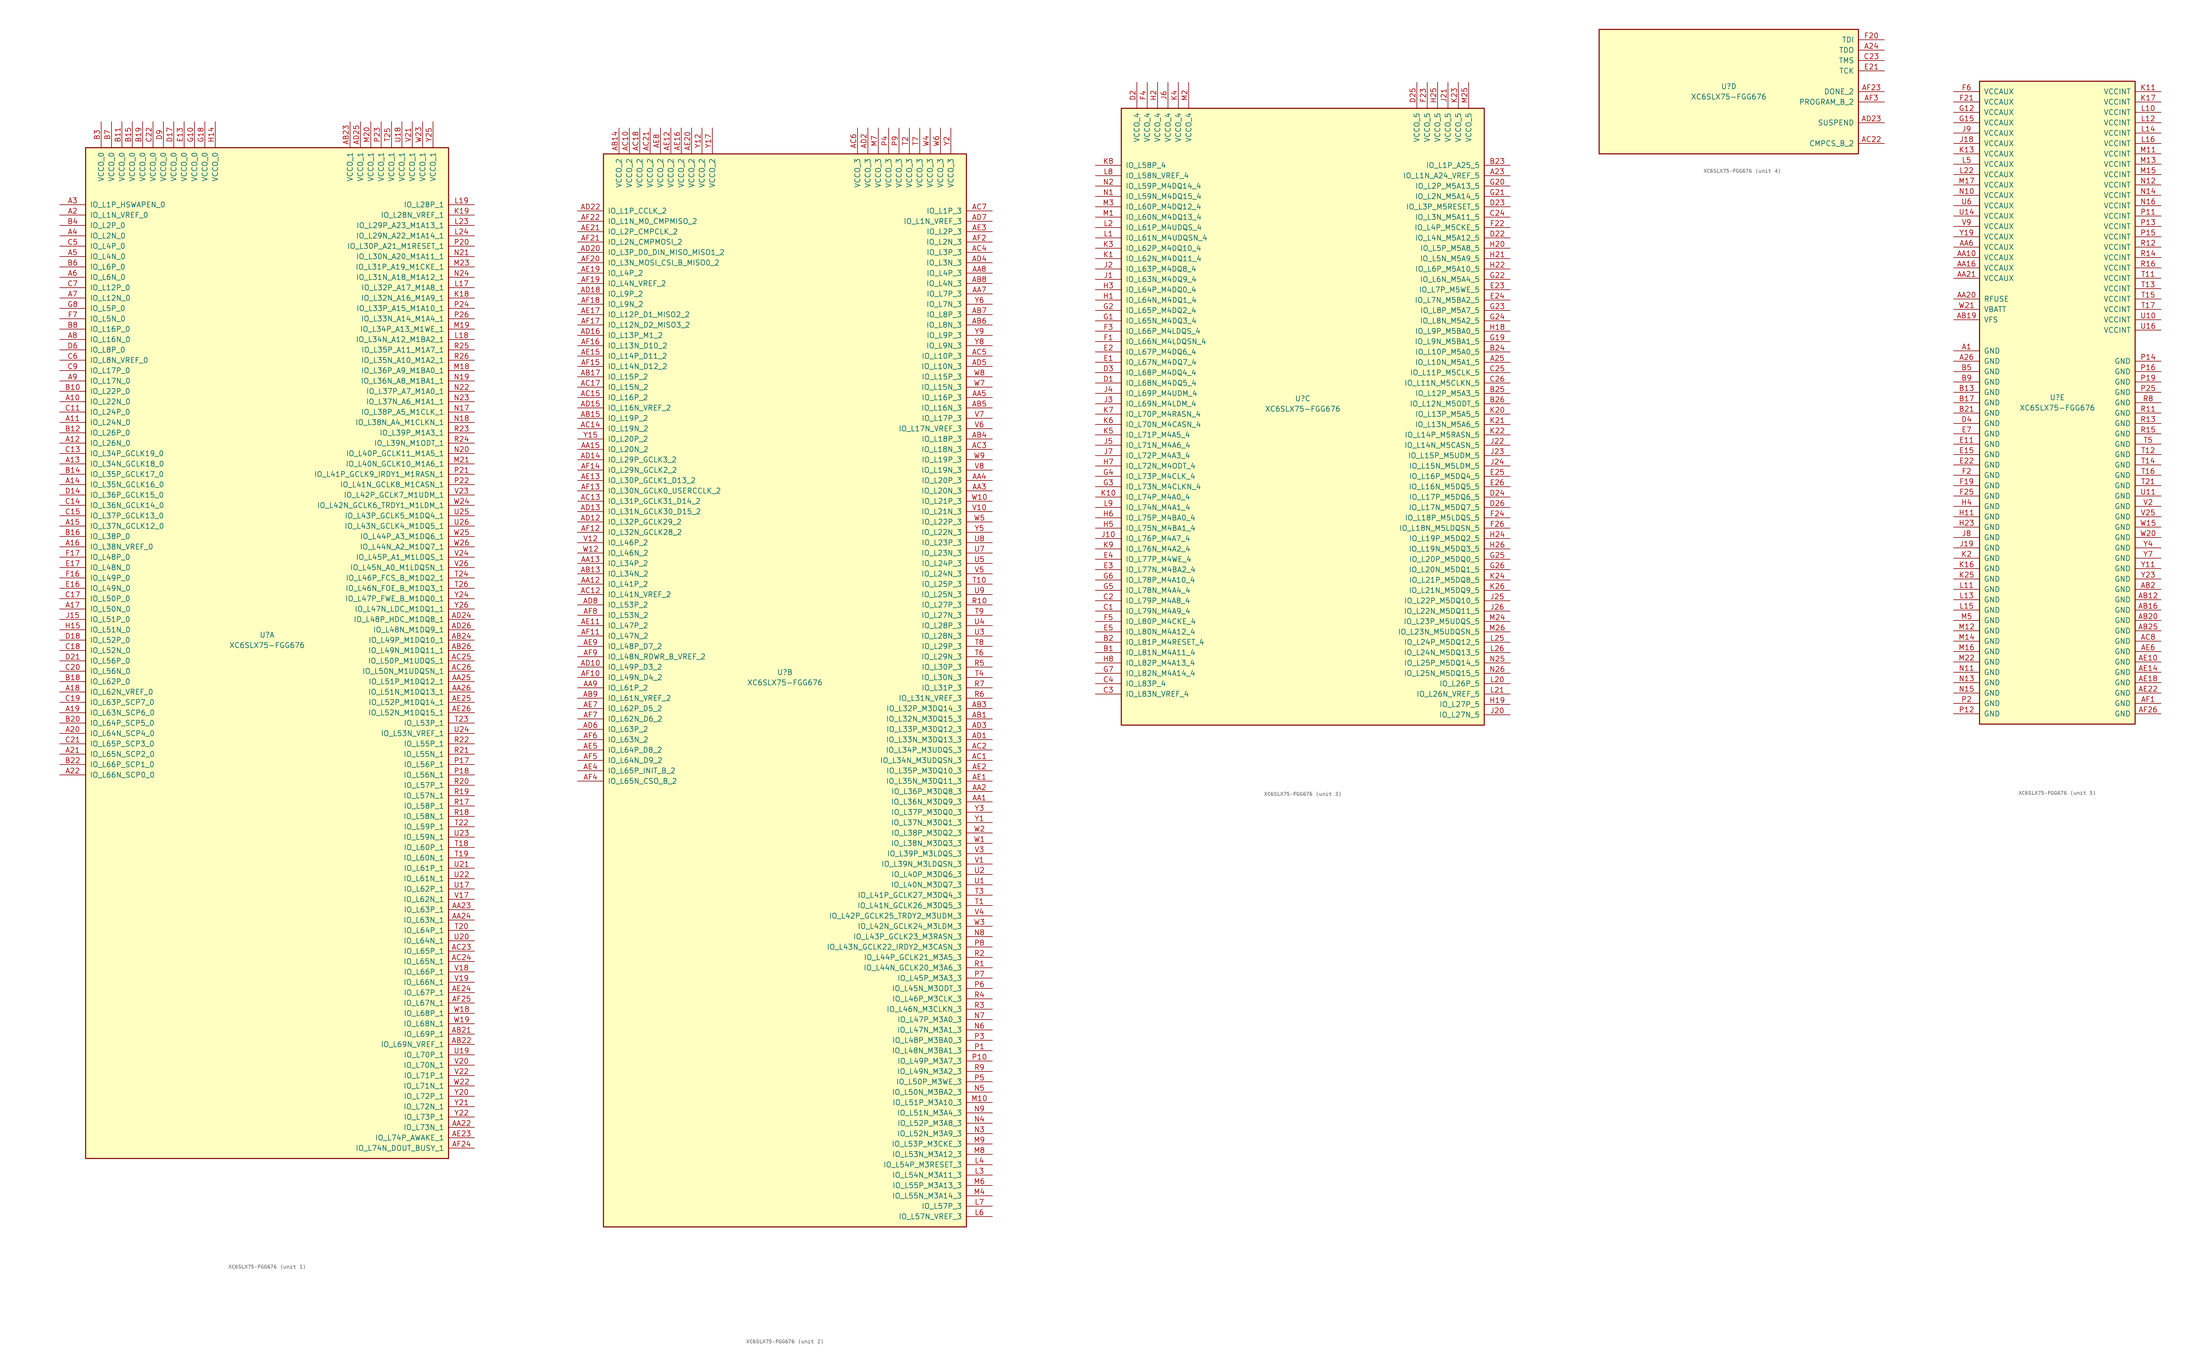
<source format=kicad_sym>
(kicad_symbol_lib
  (version 20201005)
  (generator kicad_symbol_editor)
  (symbol "XC6SLX75-FGG676"
    (pin_names
      (offset 1.016))
    (property "Reference" "U"
      (at 0 1.27 0)
      (effects (font (size 1.27 1.27))))
    (property "Value" "XC6SLX75-FGG676"
      (at 0 -1.27 0)
      (effects (font (size 1.27 1.27))))
    (property "Datasheet" ""
      (at 0 0 0)
      (effects (font (size 1.27 1.27))))
    (property "ki_locked" ""
      (at 0 0 0)
      (effects (font (size 1.27 1.27))))
    (symbol "XC6SLX75-FGG676_1_1"
      (rectangle (start -44.45 120.65) (end 44.45 -127) (stroke (width 0.254)) (fill (type background)))
      (pin bidirectional line (at -50.8 58.42 0) (length 6.35) (name "IO_L22N_0" (effects (font (size 1.27 1.27)))) (number "A10" (effects (font (size 1.27 1.27)))))
      (pin bidirectional line (at -50.8 53.34 0) (length 6.35) (name "IO_L24N_0" (effects (font (size 1.27 1.27)))) (number "A11" (effects (font (size 1.27 1.27)))))
      (pin bidirectional line (at -50.8 48.26 0) (length 6.35) (name "IO_L26N_0" (effects (font (size 1.27 1.27)))) (number "A12" (effects (font (size 1.27 1.27)))))
      (pin bidirectional line (at -50.8 43.18 0) (length 6.35) (name "IO_L34N_GCLK18_0" (effects (font (size 1.27 1.27)))) (number "A13" (effects (font (size 1.27 1.27)))))
      (pin bidirectional line (at -50.8 38.1 0) (length 6.35) (name "IO_L35N_GCLK16_0" (effects (font (size 1.27 1.27)))) (number "A14" (effects (font (size 1.27 1.27)))))
      (pin bidirectional line (at -50.8 27.94 0) (length 6.35) (name "IO_L37N_GCLK12_0" (effects (font (size 1.27 1.27)))) (number "A15" (effects (font (size 1.27 1.27)))))
      (pin bidirectional line (at -50.8 22.86 0) (length 6.35) (name "IO_L38N_VREF_0" (effects (font (size 1.27 1.27)))) (number "A16" (effects (font (size 1.27 1.27)))))
      (pin bidirectional line (at -50.8 7.62 0) (length 6.35) (name "IO_L50N_0" (effects (font (size 1.27 1.27)))) (number "A17" (effects (font (size 1.27 1.27)))))
      (pin bidirectional line (at -50.8 -12.7 0) (length 6.35) (name "IO_L62N_VREF_0" (effects (font (size 1.27 1.27)))) (number "A18" (effects (font (size 1.27 1.27)))))
      (pin bidirectional line (at -50.8 -17.78 0) (length 6.35) (name "IO_L63N_SCP6_0" (effects (font (size 1.27 1.27)))) (number "A19" (effects (font (size 1.27 1.27)))))
      (pin bidirectional line (at -50.8 104.14 0) (length 6.35) (name "IO_L1N_VREF_0" (effects (font (size 1.27 1.27)))) (number "A2" (effects (font (size 1.27 1.27)))))
      (pin bidirectional line (at -50.8 -22.86 0) (length 6.35) (name "IO_L64N_SCP4_0" (effects (font (size 1.27 1.27)))) (number "A20" (effects (font (size 1.27 1.27)))))
      (pin bidirectional line (at -50.8 -27.94 0) (length 6.35) (name "IO_L65N_SCP2_0" (effects (font (size 1.27 1.27)))) (number "A21" (effects (font (size 1.27 1.27)))))
      (pin bidirectional line (at -50.8 -33.02 0) (length 6.35) (name "IO_L66N_SCP0_0" (effects (font (size 1.27 1.27)))) (number "A22" (effects (font (size 1.27 1.27)))))
      (pin bidirectional line (at -50.8 106.68 0) (length 6.35) (name "IO_L1P_HSWAPEN_0" (effects (font (size 1.27 1.27)))) (number "A3" (effects (font (size 1.27 1.27)))))
      (pin bidirectional line (at -50.8 99.06 0) (length 6.35) (name "IO_L2N_0" (effects (font (size 1.27 1.27)))) (number "A4" (effects (font (size 1.27 1.27)))))
      (pin bidirectional line (at -50.8 93.98 0) (length 6.35) (name "IO_L4N_0" (effects (font (size 1.27 1.27)))) (number "A5" (effects (font (size 1.27 1.27)))))
      (pin bidirectional line (at -50.8 88.9 0) (length 6.35) (name "IO_L6N_0" (effects (font (size 1.27 1.27)))) (number "A6" (effects (font (size 1.27 1.27)))))
      (pin bidirectional line (at -50.8 83.82 0) (length 6.35) (name "IO_L12N_0" (effects (font (size 1.27 1.27)))) (number "A7" (effects (font (size 1.27 1.27)))))
      (pin bidirectional line (at -50.8 73.66 0) (length 6.35) (name "IO_L16N_0" (effects (font (size 1.27 1.27)))) (number "A8" (effects (font (size 1.27 1.27)))))
      (pin bidirectional line (at -50.8 63.5 0) (length 6.35) (name "IO_L17N_0" (effects (font (size 1.27 1.27)))) (number "A9" (effects (font (size 1.27 1.27)))))
      (pin bidirectional line (at 50.8 -119.38 180) (length 6.35) (name "IO_L73N_1" (effects (font (size 1.27 1.27)))) (number "AA22" (effects (font (size 1.27 1.27)))))
      (pin bidirectional line (at 50.8 -66.04 180) (length 6.35) (name "IO_L63P_1" (effects (font (size 1.27 1.27)))) (number "AA23" (effects (font (size 1.27 1.27)))))
      (pin bidirectional line (at 50.8 -68.58 180) (length 6.35) (name "IO_L63N_1" (effects (font (size 1.27 1.27)))) (number "AA24" (effects (font (size 1.27 1.27)))))
      (pin bidirectional line (at 50.8 -10.16 180) (length 6.35) (name "IO_L51P_M1DQ12_1" (effects (font (size 1.27 1.27)))) (number "AA25" (effects (font (size 1.27 1.27)))))
      (pin bidirectional line (at 50.8 -12.7 180) (length 6.35) (name "IO_L51N_M1DQ13_1" (effects (font (size 1.27 1.27)))) (number "AA26" (effects (font (size 1.27 1.27)))))
      (pin bidirectional line (at 50.8 -96.52 180) (length 6.35) (name "IO_L69P_1" (effects (font (size 1.27 1.27)))) (number "AB21" (effects (font (size 1.27 1.27)))))
      (pin bidirectional line (at 50.8 -99.06 180) (length 6.35) (name "IO_L69N_VREF_1" (effects (font (size 1.27 1.27)))) (number "AB22" (effects (font (size 1.27 1.27)))))
      (pin power_in line (at 20.32 127 270) (length 6.35) (name "VCCO_1" (effects (font (size 1.27 1.27)))) (number "AB23" (effects (font (size 1.27 1.27)))))
      (pin bidirectional line (at 50.8 0 180) (length 6.35) (name "IO_L49P_M1DQ10_1" (effects (font (size 1.27 1.27)))) (number "AB24" (effects (font (size 1.27 1.27)))))
      (pin bidirectional line (at 50.8 -2.54 180) (length 6.35) (name "IO_L49N_M1DQ11_1" (effects (font (size 1.27 1.27)))) (number "AB26" (effects (font (size 1.27 1.27)))))
      (pin bidirectional line (at 50.8 -76.2 180) (length 6.35) (name "IO_L65P_1" (effects (font (size 1.27 1.27)))) (number "AC23" (effects (font (size 1.27 1.27)))))
      (pin bidirectional line (at 50.8 -78.74 180) (length 6.35) (name "IO_L65N_1" (effects (font (size 1.27 1.27)))) (number "AC24" (effects (font (size 1.27 1.27)))))
      (pin bidirectional line (at 50.8 -5.08 180) (length 6.35) (name "IO_L50P_M1UDQS_1" (effects (font (size 1.27 1.27)))) (number "AC25" (effects (font (size 1.27 1.27)))))
      (pin bidirectional line (at 50.8 -7.62 180) (length 6.35) (name "IO_L50N_M1UDQSN_1" (effects (font (size 1.27 1.27)))) (number "AC26" (effects (font (size 1.27 1.27)))))
      (pin bidirectional line (at 50.8 5.08 180) (length 6.35) (name "IO_L48P_HDC_M1DQ8_1" (effects (font (size 1.27 1.27)))) (number "AD24" (effects (font (size 1.27 1.27)))))
      (pin power_in line (at 22.86 127 270) (length 6.35) (name "VCCO_1" (effects (font (size 1.27 1.27)))) (number "AD25" (effects (font (size 1.27 1.27)))))
      (pin bidirectional line (at 50.8 2.54 180) (length 6.35) (name "IO_L48N_M1DQ9_1" (effects (font (size 1.27 1.27)))) (number "AD26" (effects (font (size 1.27 1.27)))))
      (pin bidirectional line (at 50.8 -121.92 180) (length 6.35) (name "IO_L74P_AWAKE_1" (effects (font (size 1.27 1.27)))) (number "AE23" (effects (font (size 1.27 1.27)))))
      (pin bidirectional line (at 50.8 -86.36 180) (length 6.35) (name "IO_L67P_1" (effects (font (size 1.27 1.27)))) (number "AE24" (effects (font (size 1.27 1.27)))))
      (pin bidirectional line (at 50.8 -15.24 180) (length 6.35) (name "IO_L52P_M1DQ14_1" (effects (font (size 1.27 1.27)))) (number "AE25" (effects (font (size 1.27 1.27)))))
      (pin bidirectional line (at 50.8 -17.78 180) (length 6.35) (name "IO_L52N_M1DQ15_1" (effects (font (size 1.27 1.27)))) (number "AE26" (effects (font (size 1.27 1.27)))))
      (pin bidirectional line (at 50.8 -124.46 180) (length 6.35) (name "IO_L74N_DOUT_BUSY_1" (effects (font (size 1.27 1.27)))) (number "AF24" (effects (font (size 1.27 1.27)))))
      (pin bidirectional line (at 50.8 -88.9 180) (length 6.35) (name "IO_L67N_1" (effects (font (size 1.27 1.27)))) (number "AF25" (effects (font (size 1.27 1.27)))))
      (pin bidirectional line (at -50.8 60.96 0) (length 6.35) (name "IO_L22P_0" (effects (font (size 1.27 1.27)))) (number "B10" (effects (font (size 1.27 1.27)))))
      (pin power_in line (at -35.56 127 270) (length 6.35) (name "VCCO_0" (effects (font (size 1.27 1.27)))) (number "B11" (effects (font (size 1.27 1.27)))))
      (pin bidirectional line (at -50.8 50.8 0) (length 6.35) (name "IO_L26P_0" (effects (font (size 1.27 1.27)))) (number "B12" (effects (font (size 1.27 1.27)))))
      (pin bidirectional line (at -50.8 40.64 0) (length 6.35) (name "IO_L35P_GCLK17_0" (effects (font (size 1.27 1.27)))) (number "B14" (effects (font (size 1.27 1.27)))))
      (pin power_in line (at -33.02 127 270) (length 6.35) (name "VCCO_0" (effects (font (size 1.27 1.27)))) (number "B15" (effects (font (size 1.27 1.27)))))
      (pin bidirectional line (at -50.8 25.4 0) (length 6.35) (name "IO_L38P_0" (effects (font (size 1.27 1.27)))) (number "B16" (effects (font (size 1.27 1.27)))))
      (pin bidirectional line (at -50.8 -10.16 0) (length 6.35) (name "IO_L62P_0" (effects (font (size 1.27 1.27)))) (number "B18" (effects (font (size 1.27 1.27)))))
      (pin power_in line (at -30.48 127 270) (length 6.35) (name "VCCO_0" (effects (font (size 1.27 1.27)))) (number "B19" (effects (font (size 1.27 1.27)))))
      (pin bidirectional line (at -50.8 -20.32 0) (length 6.35) (name "IO_L64P_SCP5_0" (effects (font (size 1.27 1.27)))) (number "B20" (effects (font (size 1.27 1.27)))))
      (pin bidirectional line (at -50.8 -30.48 0) (length 6.35) (name "IO_L66P_SCP1_0" (effects (font (size 1.27 1.27)))) (number "B22" (effects (font (size 1.27 1.27)))))
      (pin power_in line (at -40.64 127 270) (length 6.35) (name "VCCO_0" (effects (font (size 1.27 1.27)))) (number "B3" (effects (font (size 1.27 1.27)))))
      (pin bidirectional line (at -50.8 101.6 0) (length 6.35) (name "IO_L2P_0" (effects (font (size 1.27 1.27)))) (number "B4" (effects (font (size 1.27 1.27)))))
      (pin bidirectional line (at -50.8 91.44 0) (length 6.35) (name "IO_L6P_0" (effects (font (size 1.27 1.27)))) (number "B6" (effects (font (size 1.27 1.27)))))
      (pin power_in line (at -38.1 127 270) (length 6.35) (name "VCCO_0" (effects (font (size 1.27 1.27)))) (number "B7" (effects (font (size 1.27 1.27)))))
      (pin bidirectional line (at -50.8 76.2 0) (length 6.35) (name "IO_L16P_0" (effects (font (size 1.27 1.27)))) (number "B8" (effects (font (size 1.27 1.27)))))
      (pin bidirectional line (at -50.8 55.88 0) (length 6.35) (name "IO_L24P_0" (effects (font (size 1.27 1.27)))) (number "C11" (effects (font (size 1.27 1.27)))))
      (pin bidirectional line (at -50.8 45.72 0) (length 6.35) (name "IO_L34P_GCLK19_0" (effects (font (size 1.27 1.27)))) (number "C13" (effects (font (size 1.27 1.27)))))
      (pin bidirectional line (at -50.8 33.02 0) (length 6.35) (name "IO_L36N_GCLK14_0" (effects (font (size 1.27 1.27)))) (number "C14" (effects (font (size 1.27 1.27)))))
      (pin bidirectional line (at -50.8 30.48 0) (length 6.35) (name "IO_L37P_GCLK13_0" (effects (font (size 1.27 1.27)))) (number "C15" (effects (font (size 1.27 1.27)))))
      (pin bidirectional line (at -50.8 10.16 0) (length 6.35) (name "IO_L50P_0" (effects (font (size 1.27 1.27)))) (number "C17" (effects (font (size 1.27 1.27)))))
      (pin bidirectional line (at -50.8 -2.54 0) (length 6.35) (name "IO_L52N_0" (effects (font (size 1.27 1.27)))) (number "C18" (effects (font (size 1.27 1.27)))))
      (pin bidirectional line (at -50.8 -15.24 0) (length 6.35) (name "IO_L63P_SCP7_0" (effects (font (size 1.27 1.27)))) (number "C19" (effects (font (size 1.27 1.27)))))
      (pin bidirectional line (at -50.8 -7.62 0) (length 6.35) (name "IO_L56N_0" (effects (font (size 1.27 1.27)))) (number "C20" (effects (font (size 1.27 1.27)))))
      (pin bidirectional line (at -50.8 -25.4 0) (length 6.35) (name "IO_L65P_SCP3_0" (effects (font (size 1.27 1.27)))) (number "C21" (effects (font (size 1.27 1.27)))))
      (pin power_in line (at -27.94 127 270) (length 6.35) (name "VCCO_0" (effects (font (size 1.27 1.27)))) (number "C22" (effects (font (size 1.27 1.27)))))
      (pin bidirectional line (at -50.8 96.52 0) (length 6.35) (name "IO_L4P_0" (effects (font (size 1.27 1.27)))) (number "C5" (effects (font (size 1.27 1.27)))))
      (pin bidirectional line (at -50.8 68.58 0) (length 6.35) (name "IO_L8N_VREF_0" (effects (font (size 1.27 1.27)))) (number "C6" (effects (font (size 1.27 1.27)))))
      (pin bidirectional line (at -50.8 86.36 0) (length 6.35) (name "IO_L12P_0" (effects (font (size 1.27 1.27)))) (number "C7" (effects (font (size 1.27 1.27)))))
      (pin bidirectional line (at -50.8 66.04 0) (length 6.35) (name "IO_L17P_0" (effects (font (size 1.27 1.27)))) (number "C9" (effects (font (size 1.27 1.27)))))
      (pin bidirectional line (at -50.8 35.56 0) (length 6.35) (name "IO_L36P_GCLK15_0" (effects (font (size 1.27 1.27)))) (number "D14" (effects (font (size 1.27 1.27)))))
      (pin power_in line (at -22.86 127 270) (length 6.35) (name "VCCO_0" (effects (font (size 1.27 1.27)))) (number "D17" (effects (font (size 1.27 1.27)))))
      (pin bidirectional line (at -50.8 0 0) (length 6.35) (name "IO_L52P_0" (effects (font (size 1.27 1.27)))) (number "D18" (effects (font (size 1.27 1.27)))))
      (pin bidirectional line (at -50.8 -5.08 0) (length 6.35) (name "IO_L56P_0" (effects (font (size 1.27 1.27)))) (number "D21" (effects (font (size 1.27 1.27)))))
      (pin bidirectional line (at -50.8 71.12 0) (length 6.35) (name "IO_L8P_0" (effects (font (size 1.27 1.27)))) (number "D6" (effects (font (size 1.27 1.27)))))
      (pin power_in line (at -25.4 127 270) (length 6.35) (name "VCCO_0" (effects (font (size 1.27 1.27)))) (number "D9" (effects (font (size 1.27 1.27)))))
      (pin power_in line (at -20.32 127 270) (length 6.35) (name "VCCO_0" (effects (font (size 1.27 1.27)))) (number "E13" (effects (font (size 1.27 1.27)))))
      (pin bidirectional line (at -50.8 12.7 0) (length 6.35) (name "IO_L49N_0" (effects (font (size 1.27 1.27)))) (number "E16" (effects (font (size 1.27 1.27)))))
      (pin bidirectional line (at -50.8 17.78 0) (length 6.35) (name "IO_L48N_0" (effects (font (size 1.27 1.27)))) (number "E17" (effects (font (size 1.27 1.27)))))
      (pin bidirectional line (at -50.8 15.24 0) (length 6.35) (name "IO_L49P_0" (effects (font (size 1.27 1.27)))) (number "F16" (effects (font (size 1.27 1.27)))))
      (pin bidirectional line (at -50.8 20.32 0) (length 6.35) (name "IO_L48P_0" (effects (font (size 1.27 1.27)))) (number "F17" (effects (font (size 1.27 1.27)))))
      (pin bidirectional line (at -50.8 78.74 0) (length 6.35) (name "IO_L5N_0" (effects (font (size 1.27 1.27)))) (number "F7" (effects (font (size 1.27 1.27)))))
      (pin power_in line (at -17.78 127 270) (length 6.35) (name "VCCO_0" (effects (font (size 1.27 1.27)))) (number "G10" (effects (font (size 1.27 1.27)))))
      (pin power_in line (at -15.24 127 270) (length 6.35) (name "VCCO_0" (effects (font (size 1.27 1.27)))) (number "G18" (effects (font (size 1.27 1.27)))))
      (pin bidirectional line (at -50.8 81.28 0) (length 6.35) (name "IO_L5P_0" (effects (font (size 1.27 1.27)))) (number "G8" (effects (font (size 1.27 1.27)))))
      (pin power_in line (at -12.7 127 270) (length 6.35) (name "VCCO_0" (effects (font (size 1.27 1.27)))) (number "H14" (effects (font (size 1.27 1.27)))))
      (pin bidirectional line (at -50.8 2.54 0) (length 6.35) (name "IO_L51N_0" (effects (font (size 1.27 1.27)))) (number "H15" (effects (font (size 1.27 1.27)))))
      (pin bidirectional line (at -50.8 5.08 0) (length 6.35) (name "IO_L51P_0" (effects (font (size 1.27 1.27)))) (number "J15" (effects (font (size 1.27 1.27)))))
      (pin bidirectional line (at 50.8 83.82 180) (length 6.35) (name "IO_L32N_A16_M1A9_1" (effects (font (size 1.27 1.27)))) (number "K18" (effects (font (size 1.27 1.27)))))
      (pin bidirectional line (at 50.8 104.14 180) (length 6.35) (name "IO_L28N_VREF_1" (effects (font (size 1.27 1.27)))) (number "K19" (effects (font (size 1.27 1.27)))))
      (pin bidirectional line (at 50.8 86.36 180) (length 6.35) (name "IO_L32P_A17_M1A8_1" (effects (font (size 1.27 1.27)))) (number "L17" (effects (font (size 1.27 1.27)))))
      (pin bidirectional line (at 50.8 73.66 180) (length 6.35) (name "IO_L34N_A12_M1BA2_1" (effects (font (size 1.27 1.27)))) (number "L18" (effects (font (size 1.27 1.27)))))
      (pin bidirectional line (at 50.8 106.68 180) (length 6.35) (name "IO_L28P_1" (effects (font (size 1.27 1.27)))) (number "L19" (effects (font (size 1.27 1.27)))))
      (pin bidirectional line (at 50.8 101.6 180) (length 6.35) (name "IO_L29P_A23_M1A13_1" (effects (font (size 1.27 1.27)))) (number "L23" (effects (font (size 1.27 1.27)))))
      (pin bidirectional line (at 50.8 99.06 180) (length 6.35) (name "IO_L29N_A22_M1A14_1" (effects (font (size 1.27 1.27)))) (number "L24" (effects (font (size 1.27 1.27)))))
      (pin bidirectional line (at 50.8 66.04 180) (length 6.35) (name "IO_L36P_A9_M1BA0_1" (effects (font (size 1.27 1.27)))) (number "M18" (effects (font (size 1.27 1.27)))))
      (pin bidirectional line (at 50.8 76.2 180) (length 6.35) (name "IO_L34P_A13_M1WE_1" (effects (font (size 1.27 1.27)))) (number "M19" (effects (font (size 1.27 1.27)))))
      (pin power_in line (at 25.4 127 270) (length 6.35) (name "VCCO_1" (effects (font (size 1.27 1.27)))) (number "M20" (effects (font (size 1.27 1.27)))))
      (pin bidirectional line (at 50.8 43.18 180) (length 6.35) (name "IO_L40N_GCLK10_M1A6_1" (effects (font (size 1.27 1.27)))) (number "M21" (effects (font (size 1.27 1.27)))))
      (pin bidirectional line (at 50.8 91.44 180) (length 6.35) (name "IO_L31P_A19_M1CKE_1" (effects (font (size 1.27 1.27)))) (number "M23" (effects (font (size 1.27 1.27)))))
      (pin bidirectional line (at 50.8 55.88 180) (length 6.35) (name "IO_L38P_A5_M1CLK_1" (effects (font (size 1.27 1.27)))) (number "N17" (effects (font (size 1.27 1.27)))))
      (pin bidirectional line (at 50.8 53.34 180) (length 6.35) (name "IO_L38N_A4_M1CLKN_1" (effects (font (size 1.27 1.27)))) (number "N18" (effects (font (size 1.27 1.27)))))
      (pin bidirectional line (at 50.8 63.5 180) (length 6.35) (name "IO_L36N_A8_M1BA1_1" (effects (font (size 1.27 1.27)))) (number "N19" (effects (font (size 1.27 1.27)))))
      (pin bidirectional line (at 50.8 45.72 180) (length 6.35) (name "IO_L40P_GCLK11_M1A5_1" (effects (font (size 1.27 1.27)))) (number "N20" (effects (font (size 1.27 1.27)))))
      (pin bidirectional line (at 50.8 93.98 180) (length 6.35) (name "IO_L30N_A20_M1A11_1" (effects (font (size 1.27 1.27)))) (number "N21" (effects (font (size 1.27 1.27)))))
      (pin bidirectional line (at 50.8 60.96 180) (length 6.35) (name "IO_L37P_A7_M1A0_1" (effects (font (size 1.27 1.27)))) (number "N22" (effects (font (size 1.27 1.27)))))
      (pin bidirectional line (at 50.8 58.42 180) (length 6.35) (name "IO_L37N_A6_M1A1_1" (effects (font (size 1.27 1.27)))) (number "N23" (effects (font (size 1.27 1.27)))))
      (pin bidirectional line (at 50.8 88.9 180) (length 6.35) (name "IO_L31N_A18_M1A12_1" (effects (font (size 1.27 1.27)))) (number "N24" (effects (font (size 1.27 1.27)))))
      (pin bidirectional line (at 50.8 -30.48 180) (length 6.35) (name "IO_L56P_1" (effects (font (size 1.27 1.27)))) (number "P17" (effects (font (size 1.27 1.27)))))
      (pin bidirectional line (at 50.8 -33.02 180) (length 6.35) (name "IO_L56N_1" (effects (font (size 1.27 1.27)))) (number "P18" (effects (font (size 1.27 1.27)))))
      (pin bidirectional line (at 50.8 96.52 180) (length 6.35) (name "IO_L30P_A21_M1RESET_1" (effects (font (size 1.27 1.27)))) (number "P20" (effects (font (size 1.27 1.27)))))
      (pin bidirectional line (at 50.8 40.64 180) (length 6.35) (name "IO_L41P_GCLK9_IRDY1_M1RASN_1" (effects (font (size 1.27 1.27)))) (number "P21" (effects (font (size 1.27 1.27)))))
      (pin bidirectional line (at 50.8 38.1 180) (length 6.35) (name "IO_L41N_GCLK8_M1CASN_1" (effects (font (size 1.27 1.27)))) (number "P22" (effects (font (size 1.27 1.27)))))
      (pin power_in line (at 27.94 127 270) (length 6.35) (name "VCCO_1" (effects (font (size 1.27 1.27)))) (number "P23" (effects (font (size 1.27 1.27)))))
      (pin bidirectional line (at 50.8 81.28 180) (length 6.35) (name "IO_L33P_A15_M1A10_1" (effects (font (size 1.27 1.27)))) (number "P24" (effects (font (size 1.27 1.27)))))
      (pin bidirectional line (at 50.8 78.74 180) (length 6.35) (name "IO_L33N_A14_M1A4_1" (effects (font (size 1.27 1.27)))) (number "P26" (effects (font (size 1.27 1.27)))))
      (pin bidirectional line (at 50.8 -40.64 180) (length 6.35) (name "IO_L58P_1" (effects (font (size 1.27 1.27)))) (number "R17" (effects (font (size 1.27 1.27)))))
      (pin bidirectional line (at 50.8 -43.18 180) (length 6.35) (name "IO_L58N_1" (effects (font (size 1.27 1.27)))) (number "R18" (effects (font (size 1.27 1.27)))))
      (pin bidirectional line (at 50.8 -38.1 180) (length 6.35) (name "IO_L57N_1" (effects (font (size 1.27 1.27)))) (number "R19" (effects (font (size 1.27 1.27)))))
      (pin bidirectional line (at 50.8 -35.56 180) (length 6.35) (name "IO_L57P_1" (effects (font (size 1.27 1.27)))) (number "R20" (effects (font (size 1.27 1.27)))))
      (pin bidirectional line (at 50.8 -27.94 180) (length 6.35) (name "IO_L55N_1" (effects (font (size 1.27 1.27)))) (number "R21" (effects (font (size 1.27 1.27)))))
      (pin bidirectional line (at 50.8 -25.4 180) (length 6.35) (name "IO_L55P_1" (effects (font (size 1.27 1.27)))) (number "R22" (effects (font (size 1.27 1.27)))))
      (pin bidirectional line (at 50.8 50.8 180) (length 6.35) (name "IO_L39P_M1A3_1" (effects (font (size 1.27 1.27)))) (number "R23" (effects (font (size 1.27 1.27)))))
      (pin bidirectional line (at 50.8 48.26 180) (length 6.35) (name "IO_L39N_M1ODT_1" (effects (font (size 1.27 1.27)))) (number "R24" (effects (font (size 1.27 1.27)))))
      (pin bidirectional line (at 50.8 71.12 180) (length 6.35) (name "IO_L35P_A11_M1A7_1" (effects (font (size 1.27 1.27)))) (number "R25" (effects (font (size 1.27 1.27)))))
      (pin bidirectional line (at 50.8 68.58 180) (length 6.35) (name "IO_L35N_A10_M1A2_1" (effects (font (size 1.27 1.27)))) (number "R26" (effects (font (size 1.27 1.27)))))
      (pin bidirectional line (at 50.8 -50.8 180) (length 6.35) (name "IO_L60P_1" (effects (font (size 1.27 1.27)))) (number "T18" (effects (font (size 1.27 1.27)))))
      (pin bidirectional line (at 50.8 -53.34 180) (length 6.35) (name "IO_L60N_1" (effects (font (size 1.27 1.27)))) (number "T19" (effects (font (size 1.27 1.27)))))
      (pin bidirectional line (at 50.8 -71.12 180) (length 6.35) (name "IO_L64P_1" (effects (font (size 1.27 1.27)))) (number "T20" (effects (font (size 1.27 1.27)))))
      (pin bidirectional line (at 50.8 -45.72 180) (length 6.35) (name "IO_L59P_1" (effects (font (size 1.27 1.27)))) (number "T22" (effects (font (size 1.27 1.27)))))
      (pin bidirectional line (at 50.8 -20.32 180) (length 6.35) (name "IO_L53P_1" (effects (font (size 1.27 1.27)))) (number "T23" (effects (font (size 1.27 1.27)))))
      (pin bidirectional line (at 50.8 15.24 180) (length 6.35) (name "IO_L46P_FCS_B_M1DQ2_1" (effects (font (size 1.27 1.27)))) (number "T24" (effects (font (size 1.27 1.27)))))
      (pin power_in line (at 30.48 127 270) (length 6.35) (name "VCCO_1" (effects (font (size 1.27 1.27)))) (number "T25" (effects (font (size 1.27 1.27)))))
      (pin bidirectional line (at 50.8 12.7 180) (length 6.35) (name "IO_L46N_FOE_B_M1DQ3_1" (effects (font (size 1.27 1.27)))) (number "T26" (effects (font (size 1.27 1.27)))))
      (pin bidirectional line (at 50.8 -60.96 180) (length 6.35) (name "IO_L62P_1" (effects (font (size 1.27 1.27)))) (number "U17" (effects (font (size 1.27 1.27)))))
      (pin power_in line (at 33.02 127 270) (length 6.35) (name "VCCO_1" (effects (font (size 1.27 1.27)))) (number "U18" (effects (font (size 1.27 1.27)))))
      (pin bidirectional line (at 50.8 -101.6 180) (length 6.35) (name "IO_L70P_1" (effects (font (size 1.27 1.27)))) (number "U19" (effects (font (size 1.27 1.27)))))
      (pin bidirectional line (at 50.8 -73.66 180) (length 6.35) (name "IO_L64N_1" (effects (font (size 1.27 1.27)))) (number "U20" (effects (font (size 1.27 1.27)))))
      (pin bidirectional line (at 50.8 -55.88 180) (length 6.35) (name "IO_L61P_1" (effects (font (size 1.27 1.27)))) (number "U21" (effects (font (size 1.27 1.27)))))
      (pin bidirectional line (at 50.8 -58.42 180) (length 6.35) (name "IO_L61N_1" (effects (font (size 1.27 1.27)))) (number "U22" (effects (font (size 1.27 1.27)))))
      (pin bidirectional line (at 50.8 -48.26 180) (length 6.35) (name "IO_L59N_1" (effects (font (size 1.27 1.27)))) (number "U23" (effects (font (size 1.27 1.27)))))
      (pin bidirectional line (at 50.8 -22.86 180) (length 6.35) (name "IO_L53N_VREF_1" (effects (font (size 1.27 1.27)))) (number "U24" (effects (font (size 1.27 1.27)))))
      (pin bidirectional line (at 50.8 30.48 180) (length 6.35) (name "IO_L43P_GCLK5_M1DQ4_1" (effects (font (size 1.27 1.27)))) (number "U25" (effects (font (size 1.27 1.27)))))
      (pin bidirectional line (at 50.8 27.94 180) (length 6.35) (name "IO_L43N_GCLK4_M1DQ5_1" (effects (font (size 1.27 1.27)))) (number "U26" (effects (font (size 1.27 1.27)))))
      (pin bidirectional line (at 50.8 -63.5 180) (length 6.35) (name "IO_L62N_1" (effects (font (size 1.27 1.27)))) (number "V17" (effects (font (size 1.27 1.27)))))
      (pin bidirectional line (at 50.8 -81.28 180) (length 6.35) (name "IO_L66P_1" (effects (font (size 1.27 1.27)))) (number "V18" (effects (font (size 1.27 1.27)))))
      (pin bidirectional line (at 50.8 -83.82 180) (length 6.35) (name "IO_L66N_1" (effects (font (size 1.27 1.27)))) (number "V19" (effects (font (size 1.27 1.27)))))
      (pin bidirectional line (at 50.8 -104.14 180) (length 6.35) (name "IO_L70N_1" (effects (font (size 1.27 1.27)))) (number "V20" (effects (font (size 1.27 1.27)))))
      (pin power_in line (at 35.56 127 270) (length 6.35) (name "VCCO_1" (effects (font (size 1.27 1.27)))) (number "V21" (effects (font (size 1.27 1.27)))))
      (pin bidirectional line (at 50.8 -106.68 180) (length 6.35) (name "IO_L71P_1" (effects (font (size 1.27 1.27)))) (number "V22" (effects (font (size 1.27 1.27)))))
      (pin bidirectional line (at 50.8 35.56 180) (length 6.35) (name "IO_L42P_GCLK7_M1UDM_1" (effects (font (size 1.27 1.27)))) (number "V23" (effects (font (size 1.27 1.27)))))
      (pin bidirectional line (at 50.8 20.32 180) (length 6.35) (name "IO_L45P_A1_M1LDQS_1" (effects (font (size 1.27 1.27)))) (number "V24" (effects (font (size 1.27 1.27)))))
      (pin bidirectional line (at 50.8 17.78 180) (length 6.35) (name "IO_L45N_A0_M1LDQSN_1" (effects (font (size 1.27 1.27)))) (number "V26" (effects (font (size 1.27 1.27)))))
      (pin bidirectional line (at 50.8 -91.44 180) (length 6.35) (name "IO_L68P_1" (effects (font (size 1.27 1.27)))) (number "W18" (effects (font (size 1.27 1.27)))))
      (pin bidirectional line (at 50.8 -93.98 180) (length 6.35) (name "IO_L68N_1" (effects (font (size 1.27 1.27)))) (number "W19" (effects (font (size 1.27 1.27)))))
      (pin bidirectional line (at 50.8 -109.22 180) (length 6.35) (name "IO_L71N_1" (effects (font (size 1.27 1.27)))) (number "W22" (effects (font (size 1.27 1.27)))))
      (pin power_in line (at 38.1 127 270) (length 6.35) (name "VCCO_1" (effects (font (size 1.27 1.27)))) (number "W23" (effects (font (size 1.27 1.27)))))
      (pin bidirectional line (at 50.8 33.02 180) (length 6.35) (name "IO_L42N_GCLK6_TRDY1_M1LDM_1" (effects (font (size 1.27 1.27)))) (number "W24" (effects (font (size 1.27 1.27)))))
      (pin bidirectional line (at 50.8 25.4 180) (length 6.35) (name "IO_L44P_A3_M1DQ6_1" (effects (font (size 1.27 1.27)))) (number "W25" (effects (font (size 1.27 1.27)))))
      (pin bidirectional line (at 50.8 22.86 180) (length 6.35) (name "IO_L44N_A2_M1DQ7_1" (effects (font (size 1.27 1.27)))) (number "W26" (effects (font (size 1.27 1.27)))))
      (pin bidirectional line (at 50.8 -111.76 180) (length 6.35) (name "IO_L72P_1" (effects (font (size 1.27 1.27)))) (number "Y20" (effects (font (size 1.27 1.27)))))
      (pin bidirectional line (at 50.8 -114.3 180) (length 6.35) (name "IO_L72N_1" (effects (font (size 1.27 1.27)))) (number "Y21" (effects (font (size 1.27 1.27)))))
      (pin bidirectional line (at 50.8 -116.84 180) (length 6.35) (name "IO_L73P_1" (effects (font (size 1.27 1.27)))) (number "Y22" (effects (font (size 1.27 1.27)))))
      (pin bidirectional line (at 50.8 10.16 180) (length 6.35) (name "IO_L47P_FWE_B_M1DQ0_1" (effects (font (size 1.27 1.27)))) (number "Y24" (effects (font (size 1.27 1.27)))))
      (pin power_in line (at 40.64 127 270) (length 6.35) (name "VCCO_1" (effects (font (size 1.27 1.27)))) (number "Y25" (effects (font (size 1.27 1.27)))))
      (pin bidirectional line (at 50.8 7.62 180) (length 6.35) (name "IO_L47N_LDC_M1DQ1_1" (effects (font (size 1.27 1.27)))) (number "Y26" (effects (font (size 1.27 1.27))))))
    (symbol "XC6SLX75-FGG676_2_1"
      (rectangle (start -44.45 128.27) (end 44.45 -134.62) (stroke (width 0.254)) (fill (type background)))
      (pin bidirectional line (at 50.8 -30.48 180) (length 6.35) (name "IO_L36N_M3DQ9_3" (effects (font (size 1.27 1.27)))) (number "AA1" (effects (font (size 1.27 1.27)))))
      (pin bidirectional line (at -50.8 22.86 0) (length 6.35) (name "IO_L41P_2" (effects (font (size 1.27 1.27)))) (number "AA12" (effects (font (size 1.27 1.27)))))
      (pin bidirectional line (at -50.8 27.94 0) (length 6.35) (name "IO_L34P_2" (effects (font (size 1.27 1.27)))) (number "AA13" (effects (font (size 1.27 1.27)))))
      (pin bidirectional line (at -50.8 55.88 0) (length 6.35) (name "IO_L20N_2" (effects (font (size 1.27 1.27)))) (number "AA15" (effects (font (size 1.27 1.27)))))
      (pin bidirectional line (at 50.8 -27.94 180) (length 6.35) (name "IO_L36P_M3DQ8_3" (effects (font (size 1.27 1.27)))) (number "AA2" (effects (font (size 1.27 1.27)))))
      (pin bidirectional line (at 50.8 45.72 180) (length 6.35) (name "IO_L20N_3" (effects (font (size 1.27 1.27)))) (number "AA3" (effects (font (size 1.27 1.27)))))
      (pin bidirectional line (at 50.8 48.26 180) (length 6.35) (name "IO_L20P_3" (effects (font (size 1.27 1.27)))) (number "AA4" (effects (font (size 1.27 1.27)))))
      (pin bidirectional line (at 50.8 68.58 180) (length 6.35) (name "IO_L16P_3" (effects (font (size 1.27 1.27)))) (number "AA5" (effects (font (size 1.27 1.27)))))
      (pin bidirectional line (at 50.8 93.98 180) (length 6.35) (name "IO_L7P_3" (effects (font (size 1.27 1.27)))) (number "AA7" (effects (font (size 1.27 1.27)))))
      (pin bidirectional line (at 50.8 99.06 180) (length 6.35) (name "IO_L4P_3" (effects (font (size 1.27 1.27)))) (number "AA8" (effects (font (size 1.27 1.27)))))
      (pin bidirectional line (at -50.8 -2.54 0) (length 6.35) (name "IO_L61P_2" (effects (font (size 1.27 1.27)))) (number "AA9" (effects (font (size 1.27 1.27)))))
      (pin bidirectional line (at 50.8 -10.16 180) (length 6.35) (name "IO_L32N_M3DQ15_3" (effects (font (size 1.27 1.27)))) (number "AB1" (effects (font (size 1.27 1.27)))))
      (pin bidirectional line (at -50.8 25.4 0) (length 6.35) (name "IO_L34N_2" (effects (font (size 1.27 1.27)))) (number "AB13" (effects (font (size 1.27 1.27)))))
      (pin power_in line (at -40.64 134.62 270) (length 6.35) (name "VCCO_2" (effects (font (size 1.27 1.27)))) (number "AB14" (effects (font (size 1.27 1.27)))))
      (pin bidirectional line (at -50.8 63.5 0) (length 6.35) (name "IO_L19P_2" (effects (font (size 1.27 1.27)))) (number "AB15" (effects (font (size 1.27 1.27)))))
      (pin bidirectional line (at -50.8 73.66 0) (length 6.35) (name "IO_L15P_2" (effects (font (size 1.27 1.27)))) (number "AB17" (effects (font (size 1.27 1.27)))))
      (pin bidirectional line (at 50.8 -7.62 180) (length 6.35) (name "IO_L32P_M3DQ14_3" (effects (font (size 1.27 1.27)))) (number "AB3" (effects (font (size 1.27 1.27)))))
      (pin bidirectional line (at 50.8 58.42 180) (length 6.35) (name "IO_L18P_3" (effects (font (size 1.27 1.27)))) (number "AB4" (effects (font (size 1.27 1.27)))))
      (pin bidirectional line (at 50.8 66.04 180) (length 6.35) (name "IO_L16N_3" (effects (font (size 1.27 1.27)))) (number "AB5" (effects (font (size 1.27 1.27)))))
      (pin bidirectional line (at 50.8 86.36 180) (length 6.35) (name "IO_L8N_3" (effects (font (size 1.27 1.27)))) (number "AB6" (effects (font (size 1.27 1.27)))))
      (pin bidirectional line (at 50.8 88.9 180) (length 6.35) (name "IO_L8P_3" (effects (font (size 1.27 1.27)))) (number "AB7" (effects (font (size 1.27 1.27)))))
      (pin bidirectional line (at 50.8 96.52 180) (length 6.35) (name "IO_L4N_3" (effects (font (size 1.27 1.27)))) (number "AB8" (effects (font (size 1.27 1.27)))))
      (pin bidirectional line (at -50.8 -5.08 0) (length 6.35) (name "IO_L61N_VREF_2" (effects (font (size 1.27 1.27)))) (number "AB9" (effects (font (size 1.27 1.27)))))
      (pin bidirectional line (at 50.8 -20.32 180) (length 6.35) (name "IO_L34N_M3UDQSN_3" (effects (font (size 1.27 1.27)))) (number "AC1" (effects (font (size 1.27 1.27)))))
      (pin power_in line (at -38.1 134.62 270) (length 6.35) (name "VCCO_2" (effects (font (size 1.27 1.27)))) (number "AC10" (effects (font (size 1.27 1.27)))))
      (pin bidirectional line (at -50.8 20.32 0) (length 6.35) (name "IO_L41N_VREF_2" (effects (font (size 1.27 1.27)))) (number "AC12" (effects (font (size 1.27 1.27)))))
      (pin bidirectional line (at -50.8 43.18 0) (length 6.35) (name "IO_L31P_GCLK31_D14_2" (effects (font (size 1.27 1.27)))) (number "AC13" (effects (font (size 1.27 1.27)))))
      (pin bidirectional line (at -50.8 60.96 0) (length 6.35) (name "IO_L19N_2" (effects (font (size 1.27 1.27)))) (number "AC14" (effects (font (size 1.27 1.27)))))
      (pin bidirectional line (at -50.8 68.58 0) (length 6.35) (name "IO_L16P_2" (effects (font (size 1.27 1.27)))) (number "AC15" (effects (font (size 1.27 1.27)))))
      (pin bidirectional line (at -50.8 71.12 0) (length 6.35) (name "IO_L15N_2" (effects (font (size 1.27 1.27)))) (number "AC17" (effects (font (size 1.27 1.27)))))
      (pin power_in line (at -35.56 134.62 270) (length 6.35) (name "VCCO_2" (effects (font (size 1.27 1.27)))) (number "AC18" (effects (font (size 1.27 1.27)))))
      (pin bidirectional line (at 50.8 -17.78 180) (length 6.35) (name "IO_L34P_M3UDQS_3" (effects (font (size 1.27 1.27)))) (number "AC2" (effects (font (size 1.27 1.27)))))
      (pin power_in line (at -33.02 134.62 270) (length 6.35) (name "VCCO_2" (effects (font (size 1.27 1.27)))) (number "AC21" (effects (font (size 1.27 1.27)))))
      (pin bidirectional line (at 50.8 55.88 180) (length 6.35) (name "IO_L18N_3" (effects (font (size 1.27 1.27)))) (number "AC3" (effects (font (size 1.27 1.27)))))
      (pin bidirectional line (at 50.8 104.14 180) (length 6.35) (name "IO_L3P_3" (effects (font (size 1.27 1.27)))) (number "AC4" (effects (font (size 1.27 1.27)))))
      (pin bidirectional line (at 50.8 78.74 180) (length 6.35) (name "IO_L10P_3" (effects (font (size 1.27 1.27)))) (number "AC5" (effects (font (size 1.27 1.27)))))
      (pin power_in line (at 17.78 134.62 270) (length 6.35) (name "VCCO_3" (effects (font (size 1.27 1.27)))) (number "AC6" (effects (font (size 1.27 1.27)))))
      (pin bidirectional line (at 50.8 114.3 180) (length 6.35) (name "IO_L1P_3" (effects (font (size 1.27 1.27)))) (number "AC7" (effects (font (size 1.27 1.27)))))
      (pin bidirectional line (at 50.8 -15.24 180) (length 6.35) (name "IO_L33N_M3DQ13_3" (effects (font (size 1.27 1.27)))) (number "AD1" (effects (font (size 1.27 1.27)))))
      (pin bidirectional line (at -50.8 2.54 0) (length 6.35) (name "IO_L49P_D3_2" (effects (font (size 1.27 1.27)))) (number "AD10" (effects (font (size 1.27 1.27)))))
      (pin bidirectional line (at -50.8 38.1 0) (length 6.35) (name "IO_L32P_GCLK29_2" (effects (font (size 1.27 1.27)))) (number "AD12" (effects (font (size 1.27 1.27)))))
      (pin bidirectional line (at -50.8 40.64 0) (length 6.35) (name "IO_L31N_GCLK30_D15_2" (effects (font (size 1.27 1.27)))) (number "AD13" (effects (font (size 1.27 1.27)))))
      (pin bidirectional line (at -50.8 53.34 0) (length 6.35) (name "IO_L29P_GCLK3_2" (effects (font (size 1.27 1.27)))) (number "AD14" (effects (font (size 1.27 1.27)))))
      (pin bidirectional line (at -50.8 66.04 0) (length 6.35) (name "IO_L16N_VREF_2" (effects (font (size 1.27 1.27)))) (number "AD15" (effects (font (size 1.27 1.27)))))
      (pin bidirectional line (at -50.8 83.82 0) (length 6.35) (name "IO_L13P_M1_2" (effects (font (size 1.27 1.27)))) (number "AD16" (effects (font (size 1.27 1.27)))))
      (pin bidirectional line (at -50.8 93.98 0) (length 6.35) (name "IO_L9P_2" (effects (font (size 1.27 1.27)))) (number "AD18" (effects (font (size 1.27 1.27)))))
      (pin power_in line (at 20.32 134.62 270) (length 6.35) (name "VCCO_3" (effects (font (size 1.27 1.27)))) (number "AD2" (effects (font (size 1.27 1.27)))))
      (pin bidirectional line (at -50.8 104.14 0) (length 6.35) (name "IO_L3P_D0_DIN_MISO_MISO1_2" (effects (font (size 1.27 1.27)))) (number "AD20" (effects (font (size 1.27 1.27)))))
      (pin bidirectional line (at -50.8 114.3 0) (length 6.35) (name "IO_L1P_CCLK_2" (effects (font (size 1.27 1.27)))) (number "AD22" (effects (font (size 1.27 1.27)))))
      (pin bidirectional line (at 50.8 -12.7 180) (length 6.35) (name "IO_L33P_M3DQ12_3" (effects (font (size 1.27 1.27)))) (number "AD3" (effects (font (size 1.27 1.27)))))
      (pin bidirectional line (at 50.8 101.6 180) (length 6.35) (name "IO_L3N_3" (effects (font (size 1.27 1.27)))) (number "AD4" (effects (font (size 1.27 1.27)))))
      (pin bidirectional line (at 50.8 76.2 180) (length 6.35) (name "IO_L10N_3" (effects (font (size 1.27 1.27)))) (number "AD5" (effects (font (size 1.27 1.27)))))
      (pin bidirectional line (at -50.8 -12.7 0) (length 6.35) (name "IO_L63P_2" (effects (font (size 1.27 1.27)))) (number "AD6" (effects (font (size 1.27 1.27)))))
      (pin bidirectional line (at 50.8 111.76 180) (length 6.35) (name "IO_L1N_VREF_3" (effects (font (size 1.27 1.27)))) (number "AD7" (effects (font (size 1.27 1.27)))))
      (pin bidirectional line (at -50.8 17.78 0) (length 6.35) (name "IO_L53P_2" (effects (font (size 1.27 1.27)))) (number "AD8" (effects (font (size 1.27 1.27)))))
      (pin bidirectional line (at 50.8 -25.4 180) (length 6.35) (name "IO_L35N_M3DQ11_3" (effects (font (size 1.27 1.27)))) (number "AE1" (effects (font (size 1.27 1.27)))))
      (pin bidirectional line (at -50.8 12.7 0) (length 6.35) (name "IO_L47P_2" (effects (font (size 1.27 1.27)))) (number "AE11" (effects (font (size 1.27 1.27)))))
      (pin power_in line (at -27.94 134.62 270) (length 6.35) (name "VCCO_2" (effects (font (size 1.27 1.27)))) (number "AE12" (effects (font (size 1.27 1.27)))))
      (pin bidirectional line (at -50.8 48.26 0) (length 6.35) (name "IO_L30P_GCLK1_D13_2" (effects (font (size 1.27 1.27)))) (number "AE13" (effects (font (size 1.27 1.27)))))
      (pin bidirectional line (at -50.8 78.74 0) (length 6.35) (name "IO_L14P_D11_2" (effects (font (size 1.27 1.27)))) (number "AE15" (effects (font (size 1.27 1.27)))))
      (pin power_in line (at -25.4 134.62 270) (length 6.35) (name "VCCO_2" (effects (font (size 1.27 1.27)))) (number "AE16" (effects (font (size 1.27 1.27)))))
      (pin bidirectional line (at -50.8 88.9 0) (length 6.35) (name "IO_L12P_D1_MISO2_2" (effects (font (size 1.27 1.27)))) (number "AE17" (effects (font (size 1.27 1.27)))))
      (pin bidirectional line (at -50.8 99.06 0) (length 6.35) (name "IO_L4P_2" (effects (font (size 1.27 1.27)))) (number "AE19" (effects (font (size 1.27 1.27)))))
      (pin bidirectional line (at 50.8 -22.86 180) (length 6.35) (name "IO_L35P_M3DQ10_3" (effects (font (size 1.27 1.27)))) (number "AE2" (effects (font (size 1.27 1.27)))))
      (pin power_in line (at -22.86 134.62 270) (length 6.35) (name "VCCO_2" (effects (font (size 1.27 1.27)))) (number "AE20" (effects (font (size 1.27 1.27)))))
      (pin bidirectional line (at -50.8 109.22 0) (length 6.35) (name "IO_L2P_CMPCLK_2" (effects (font (size 1.27 1.27)))) (number "AE21" (effects (font (size 1.27 1.27)))))
      (pin bidirectional line (at 50.8 109.22 180) (length 6.35) (name "IO_L2P_3" (effects (font (size 1.27 1.27)))) (number "AE3" (effects (font (size 1.27 1.27)))))
      (pin bidirectional line (at -50.8 -22.86 0) (length 6.35) (name "IO_L65P_INIT_B_2" (effects (font (size 1.27 1.27)))) (number "AE4" (effects (font (size 1.27 1.27)))))
      (pin bidirectional line (at -50.8 -17.78 0) (length 6.35) (name "IO_L64P_D8_2" (effects (font (size 1.27 1.27)))) (number "AE5" (effects (font (size 1.27 1.27)))))
      (pin bidirectional line (at -50.8 -7.62 0) (length 6.35) (name "IO_L62P_D5_2" (effects (font (size 1.27 1.27)))) (number "AE7" (effects (font (size 1.27 1.27)))))
      (pin power_in line (at -30.48 134.62 270) (length 6.35) (name "VCCO_2" (effects (font (size 1.27 1.27)))) (number "AE8" (effects (font (size 1.27 1.27)))))
      (pin bidirectional line (at -50.8 7.62 0) (length 6.35) (name "IO_L48P_D7_2" (effects (font (size 1.27 1.27)))) (number "AE9" (effects (font (size 1.27 1.27)))))
      (pin bidirectional line (at -50.8 0 0) (length 6.35) (name "IO_L49N_D4_2" (effects (font (size 1.27 1.27)))) (number "AF10" (effects (font (size 1.27 1.27)))))
      (pin bidirectional line (at -50.8 10.16 0) (length 6.35) (name "IO_L47N_2" (effects (font (size 1.27 1.27)))) (number "AF11" (effects (font (size 1.27 1.27)))))
      (pin bidirectional line (at -50.8 35.56 0) (length 6.35) (name "IO_L32N_GCLK28_2" (effects (font (size 1.27 1.27)))) (number "AF12" (effects (font (size 1.27 1.27)))))
      (pin bidirectional line (at -50.8 45.72 0) (length 6.35) (name "IO_L30N_GCLK0_USERCCLK_2" (effects (font (size 1.27 1.27)))) (number "AF13" (effects (font (size 1.27 1.27)))))
      (pin bidirectional line (at -50.8 50.8 0) (length 6.35) (name "IO_L29N_GCLK2_2" (effects (font (size 1.27 1.27)))) (number "AF14" (effects (font (size 1.27 1.27)))))
      (pin bidirectional line (at -50.8 76.2 0) (length 6.35) (name "IO_L14N_D12_2" (effects (font (size 1.27 1.27)))) (number "AF15" (effects (font (size 1.27 1.27)))))
      (pin bidirectional line (at -50.8 81.28 0) (length 6.35) (name "IO_L13N_D10_2" (effects (font (size 1.27 1.27)))) (number "AF16" (effects (font (size 1.27 1.27)))))
      (pin bidirectional line (at -50.8 86.36 0) (length 6.35) (name "IO_L12N_D2_MISO3_2" (effects (font (size 1.27 1.27)))) (number "AF17" (effects (font (size 1.27 1.27)))))
      (pin bidirectional line (at -50.8 91.44 0) (length 6.35) (name "IO_L9N_2" (effects (font (size 1.27 1.27)))) (number "AF18" (effects (font (size 1.27 1.27)))))
      (pin bidirectional line (at -50.8 96.52 0) (length 6.35) (name "IO_L4N_VREF_2" (effects (font (size 1.27 1.27)))) (number "AF19" (effects (font (size 1.27 1.27)))))
      (pin bidirectional line (at 50.8 106.68 180) (length 6.35) (name "IO_L2N_3" (effects (font (size 1.27 1.27)))) (number "AF2" (effects (font (size 1.27 1.27)))))
      (pin bidirectional line (at -50.8 101.6 0) (length 6.35) (name "IO_L3N_MOSI_CSI_B_MISO0_2" (effects (font (size 1.27 1.27)))) (number "AF20" (effects (font (size 1.27 1.27)))))
      (pin bidirectional line (at -50.8 106.68 0) (length 6.35) (name "IO_L2N_CMPMOSI_2" (effects (font (size 1.27 1.27)))) (number "AF21" (effects (font (size 1.27 1.27)))))
      (pin bidirectional line (at -50.8 111.76 0) (length 6.35) (name "IO_L1N_M0_CMPMISO_2" (effects (font (size 1.27 1.27)))) (number "AF22" (effects (font (size 1.27 1.27)))))
      (pin bidirectional line (at -50.8 -25.4 0) (length 6.35) (name "IO_L65N_CSO_B_2" (effects (font (size 1.27 1.27)))) (number "AF4" (effects (font (size 1.27 1.27)))))
      (pin bidirectional line (at -50.8 -20.32 0) (length 6.35) (name "IO_L64N_D9_2" (effects (font (size 1.27 1.27)))) (number "AF5" (effects (font (size 1.27 1.27)))))
      (pin bidirectional line (at -50.8 -15.24 0) (length 6.35) (name "IO_L63N_2" (effects (font (size 1.27 1.27)))) (number "AF6" (effects (font (size 1.27 1.27)))))
      (pin bidirectional line (at -50.8 -10.16 0) (length 6.35) (name "IO_L62N_D6_2" (effects (font (size 1.27 1.27)))) (number "AF7" (effects (font (size 1.27 1.27)))))
      (pin bidirectional line (at -50.8 15.24 0) (length 6.35) (name "IO_L53N_2" (effects (font (size 1.27 1.27)))) (number "AF8" (effects (font (size 1.27 1.27)))))
      (pin bidirectional line (at -50.8 5.08 0) (length 6.35) (name "IO_L48N_RDWR_B_VREF_2" (effects (font (size 1.27 1.27)))) (number "AF9" (effects (font (size 1.27 1.27)))))
      (pin bidirectional line (at 50.8 -121.92 180) (length 6.35) (name "IO_L54N_M3A11_3" (effects (font (size 1.27 1.27)))) (number "L3" (effects (font (size 1.27 1.27)))))
      (pin bidirectional line (at 50.8 -119.38 180) (length 6.35) (name "IO_L54P_M3RESET_3" (effects (font (size 1.27 1.27)))) (number "L4" (effects (font (size 1.27 1.27)))))
      (pin bidirectional line (at 50.8 -132.08 180) (length 6.35) (name "IO_L57N_VREF_3" (effects (font (size 1.27 1.27)))) (number "L6" (effects (font (size 1.27 1.27)))))
      (pin bidirectional line (at 50.8 -129.54 180) (length 6.35) (name "IO_L57P_3" (effects (font (size 1.27 1.27)))) (number "L7" (effects (font (size 1.27 1.27)))))
      (pin bidirectional line (at 50.8 -104.14 180) (length 6.35) (name "IO_L51P_M3A10_3" (effects (font (size 1.27 1.27)))) (number "M10" (effects (font (size 1.27 1.27)))))
      (pin bidirectional line (at 50.8 -127 180) (length 6.35) (name "IO_L55N_M3A14_3" (effects (font (size 1.27 1.27)))) (number "M4" (effects (font (size 1.27 1.27)))))
      (pin bidirectional line (at 50.8 -124.46 180) (length 6.35) (name "IO_L55P_M3A13_3" (effects (font (size 1.27 1.27)))) (number "M6" (effects (font (size 1.27 1.27)))))
      (pin power_in line (at 22.86 134.62 270) (length 6.35) (name "VCCO_3" (effects (font (size 1.27 1.27)))) (number "M7" (effects (font (size 1.27 1.27)))))
      (pin bidirectional line (at 50.8 -116.84 180) (length 6.35) (name "IO_L53N_M3A12_3" (effects (font (size 1.27 1.27)))) (number "M8" (effects (font (size 1.27 1.27)))))
      (pin bidirectional line (at 50.8 -114.3 180) (length 6.35) (name "IO_L53P_M3CKE_3" (effects (font (size 1.27 1.27)))) (number "M9" (effects (font (size 1.27 1.27)))))
      (pin bidirectional line (at 50.8 -111.76 180) (length 6.35) (name "IO_L52N_M3A9_3" (effects (font (size 1.27 1.27)))) (number "N3" (effects (font (size 1.27 1.27)))))
      (pin bidirectional line (at 50.8 -109.22 180) (length 6.35) (name "IO_L52P_M3A8_3" (effects (font (size 1.27 1.27)))) (number "N4" (effects (font (size 1.27 1.27)))))
      (pin bidirectional line (at 50.8 -101.6 180) (length 6.35) (name "IO_L50N_M3BA2_3" (effects (font (size 1.27 1.27)))) (number "N5" (effects (font (size 1.27 1.27)))))
      (pin bidirectional line (at 50.8 -86.36 180) (length 6.35) (name "IO_L47N_M3A1_3" (effects (font (size 1.27 1.27)))) (number "N6" (effects (font (size 1.27 1.27)))))
      (pin bidirectional line (at 50.8 -83.82 180) (length 6.35) (name "IO_L47P_M3A0_3" (effects (font (size 1.27 1.27)))) (number "N7" (effects (font (size 1.27 1.27)))))
      (pin bidirectional line (at 50.8 -63.5 180) (length 6.35) (name "IO_L43P_GCLK23_M3RASN_3" (effects (font (size 1.27 1.27)))) (number "N8" (effects (font (size 1.27 1.27)))))
      (pin bidirectional line (at 50.8 -106.68 180) (length 6.35) (name "IO_L51N_M3A4_3" (effects (font (size 1.27 1.27)))) (number "N9" (effects (font (size 1.27 1.27)))))
      (pin bidirectional line (at 50.8 -91.44 180) (length 6.35) (name "IO_L48N_M3BA1_3" (effects (font (size 1.27 1.27)))) (number "P1" (effects (font (size 1.27 1.27)))))
      (pin bidirectional line (at 50.8 -93.98 180) (length 6.35) (name "IO_L49P_M3A7_3" (effects (font (size 1.27 1.27)))) (number "P10" (effects (font (size 1.27 1.27)))))
      (pin bidirectional line (at 50.8 -88.9 180) (length 6.35) (name "IO_L48P_M3BA0_3" (effects (font (size 1.27 1.27)))) (number "P3" (effects (font (size 1.27 1.27)))))
      (pin power_in line (at 25.4 134.62 270) (length 6.35) (name "VCCO_3" (effects (font (size 1.27 1.27)))) (number "P4" (effects (font (size 1.27 1.27)))))
      (pin bidirectional line (at 50.8 -99.06 180) (length 6.35) (name "IO_L50P_M3WE_3" (effects (font (size 1.27 1.27)))) (number "P5" (effects (font (size 1.27 1.27)))))
      (pin bidirectional line (at 50.8 -76.2 180) (length 6.35) (name "IO_L45N_M3ODT_3" (effects (font (size 1.27 1.27)))) (number "P6" (effects (font (size 1.27 1.27)))))
      (pin bidirectional line (at 50.8 -73.66 180) (length 6.35) (name "IO_L45P_M3A3_3" (effects (font (size 1.27 1.27)))) (number "P7" (effects (font (size 1.27 1.27)))))
      (pin bidirectional line (at 50.8 -66.04 180) (length 6.35) (name "IO_L43N_GCLK22_IRDY2_M3CASN_3" (effects (font (size 1.27 1.27)))) (number "P8" (effects (font (size 1.27 1.27)))))
      (pin power_in line (at 27.94 134.62 270) (length 6.35) (name "VCCO_3" (effects (font (size 1.27 1.27)))) (number "P9" (effects (font (size 1.27 1.27)))))
      (pin bidirectional line (at 50.8 -71.12 180) (length 6.35) (name "IO_L44N_GCLK20_M3A6_3" (effects (font (size 1.27 1.27)))) (number "R1" (effects (font (size 1.27 1.27)))))
      (pin bidirectional line (at 50.8 17.78 180) (length 6.35) (name "IO_L27P_3" (effects (font (size 1.27 1.27)))) (number "R10" (effects (font (size 1.27 1.27)))))
      (pin bidirectional line (at 50.8 -68.58 180) (length 6.35) (name "IO_L44P_GCLK21_M3A5_3" (effects (font (size 1.27 1.27)))) (number "R2" (effects (font (size 1.27 1.27)))))
      (pin bidirectional line (at 50.8 -81.28 180) (length 6.35) (name "IO_L46N_M3CLKN_3" (effects (font (size 1.27 1.27)))) (number "R3" (effects (font (size 1.27 1.27)))))
      (pin bidirectional line (at 50.8 -78.74 180) (length 6.35) (name "IO_L46P_M3CLK_3" (effects (font (size 1.27 1.27)))) (number "R4" (effects (font (size 1.27 1.27)))))
      (pin bidirectional line (at 50.8 2.54 180) (length 6.35) (name "IO_L30P_3" (effects (font (size 1.27 1.27)))) (number "R5" (effects (font (size 1.27 1.27)))))
      (pin bidirectional line (at 50.8 -5.08 180) (length 6.35) (name "IO_L31N_VREF_3" (effects (font (size 1.27 1.27)))) (number "R6" (effects (font (size 1.27 1.27)))))
      (pin bidirectional line (at 50.8 -2.54 180) (length 6.35) (name "IO_L31P_3" (effects (font (size 1.27 1.27)))) (number "R7" (effects (font (size 1.27 1.27)))))
      (pin bidirectional line (at 50.8 -96.52 180) (length 6.35) (name "IO_L49N_M3A2_3" (effects (font (size 1.27 1.27)))) (number "R9" (effects (font (size 1.27 1.27)))))
      (pin bidirectional line (at 50.8 -55.88 180) (length 6.35) (name "IO_L41N_GCLK26_M3DQ5_3" (effects (font (size 1.27 1.27)))) (number "T1" (effects (font (size 1.27 1.27)))))
      (pin bidirectional line (at 50.8 22.86 180) (length 6.35) (name "IO_L25P_3" (effects (font (size 1.27 1.27)))) (number "T10" (effects (font (size 1.27 1.27)))))
      (pin power_in line (at 30.48 134.62 270) (length 6.35) (name "VCCO_3" (effects (font (size 1.27 1.27)))) (number "T2" (effects (font (size 1.27 1.27)))))
      (pin bidirectional line (at 50.8 -53.34 180) (length 6.35) (name "IO_L41P_GCLK27_M3DQ4_3" (effects (font (size 1.27 1.27)))) (number "T3" (effects (font (size 1.27 1.27)))))
      (pin bidirectional line (at 50.8 0 180) (length 6.35) (name "IO_L30N_3" (effects (font (size 1.27 1.27)))) (number "T4" (effects (font (size 1.27 1.27)))))
      (pin bidirectional line (at 50.8 5.08 180) (length 6.35) (name "IO_L29N_3" (effects (font (size 1.27 1.27)))) (number "T6" (effects (font (size 1.27 1.27)))))
      (pin power_in line (at 33.02 134.62 270) (length 6.35) (name "VCCO_3" (effects (font (size 1.27 1.27)))) (number "T7" (effects (font (size 1.27 1.27)))))
      (pin bidirectional line (at 50.8 7.62 180) (length 6.35) (name "IO_L29P_3" (effects (font (size 1.27 1.27)))) (number "T8" (effects (font (size 1.27 1.27)))))
      (pin bidirectional line (at 50.8 15.24 180) (length 6.35) (name "IO_L27N_3" (effects (font (size 1.27 1.27)))) (number "T9" (effects (font (size 1.27 1.27)))))
      (pin bidirectional line (at 50.8 -50.8 180) (length 6.35) (name "IO_L40N_M3DQ7_3" (effects (font (size 1.27 1.27)))) (number "U1" (effects (font (size 1.27 1.27)))))
      (pin bidirectional line (at 50.8 -48.26 180) (length 6.35) (name "IO_L40P_M3DQ6_3" (effects (font (size 1.27 1.27)))) (number "U2" (effects (font (size 1.27 1.27)))))
      (pin bidirectional line (at 50.8 10.16 180) (length 6.35) (name "IO_L28N_3" (effects (font (size 1.27 1.27)))) (number "U3" (effects (font (size 1.27 1.27)))))
      (pin bidirectional line (at 50.8 12.7 180) (length 6.35) (name "IO_L28P_3" (effects (font (size 1.27 1.27)))) (number "U4" (effects (font (size 1.27 1.27)))))
      (pin bidirectional line (at 50.8 27.94 180) (length 6.35) (name "IO_L24P_3" (effects (font (size 1.27 1.27)))) (number "U5" (effects (font (size 1.27 1.27)))))
      (pin bidirectional line (at 50.8 30.48 180) (length 6.35) (name "IO_L23N_3" (effects (font (size 1.27 1.27)))) (number "U7" (effects (font (size 1.27 1.27)))))
      (pin bidirectional line (at 50.8 33.02 180) (length 6.35) (name "IO_L23P_3" (effects (font (size 1.27 1.27)))) (number "U8" (effects (font (size 1.27 1.27)))))
      (pin bidirectional line (at 50.8 20.32 180) (length 6.35) (name "IO_L25N_3" (effects (font (size 1.27 1.27)))) (number "U9" (effects (font (size 1.27 1.27)))))
      (pin bidirectional line (at 50.8 -45.72 180) (length 6.35) (name "IO_L39N_M3LDQSN_3" (effects (font (size 1.27 1.27)))) (number "V1" (effects (font (size 1.27 1.27)))))
      (pin bidirectional line (at 50.8 40.64 180) (length 6.35) (name "IO_L21N_3" (effects (font (size 1.27 1.27)))) (number "V10" (effects (font (size 1.27 1.27)))))
      (pin bidirectional line (at -50.8 33.02 0) (length 6.35) (name "IO_L46P_2" (effects (font (size 1.27 1.27)))) (number "V12" (effects (font (size 1.27 1.27)))))
      (pin bidirectional line (at 50.8 -43.18 180) (length 6.35) (name "IO_L39P_M3LDQS_3" (effects (font (size 1.27 1.27)))) (number "V3" (effects (font (size 1.27 1.27)))))
      (pin bidirectional line (at 50.8 -58.42 180) (length 6.35) (name "IO_L42P_GCLK25_TRDY2_M3UDM_3" (effects (font (size 1.27 1.27)))) (number "V4" (effects (font (size 1.27 1.27)))))
      (pin bidirectional line (at 50.8 25.4 180) (length 6.35) (name "IO_L24N_3" (effects (font (size 1.27 1.27)))) (number "V5" (effects (font (size 1.27 1.27)))))
      (pin bidirectional line (at 50.8 60.96 180) (length 6.35) (name "IO_L17N_VREF_3" (effects (font (size 1.27 1.27)))) (number "V6" (effects (font (size 1.27 1.27)))))
      (pin bidirectional line (at 50.8 63.5 180) (length 6.35) (name "IO_L17P_3" (effects (font (size 1.27 1.27)))) (number "V7" (effects (font (size 1.27 1.27)))))
      (pin bidirectional line (at 50.8 50.8 180) (length 6.35) (name "IO_L19N_3" (effects (font (size 1.27 1.27)))) (number "V8" (effects (font (size 1.27 1.27)))))
      (pin bidirectional line (at 50.8 -40.64 180) (length 6.35) (name "IO_L38N_M3DQ3_3" (effects (font (size 1.27 1.27)))) (number "W1" (effects (font (size 1.27 1.27)))))
      (pin bidirectional line (at 50.8 43.18 180) (length 6.35) (name "IO_L21P_3" (effects (font (size 1.27 1.27)))) (number "W10" (effects (font (size 1.27 1.27)))))
      (pin bidirectional line (at -50.8 30.48 0) (length 6.35) (name "IO_L46N_2" (effects (font (size 1.27 1.27)))) (number "W12" (effects (font (size 1.27 1.27)))))
      (pin bidirectional line (at 50.8 -38.1 180) (length 6.35) (name "IO_L38P_M3DQ2_3" (effects (font (size 1.27 1.27)))) (number "W2" (effects (font (size 1.27 1.27)))))
      (pin bidirectional line (at 50.8 -60.96 180) (length 6.35) (name "IO_L42N_GCLK24_M3LDM_3" (effects (font (size 1.27 1.27)))) (number "W3" (effects (font (size 1.27 1.27)))))
      (pin power_in line (at 35.56 134.62 270) (length 6.35) (name "VCCO_3" (effects (font (size 1.27 1.27)))) (number "W4" (effects (font (size 1.27 1.27)))))
      (pin bidirectional line (at 50.8 38.1 180) (length 6.35) (name "IO_L22P_3" (effects (font (size 1.27 1.27)))) (number "W5" (effects (font (size 1.27 1.27)))))
      (pin power_in line (at 38.1 134.62 270) (length 6.35) (name "VCCO_3" (effects (font (size 1.27 1.27)))) (number "W6" (effects (font (size 1.27 1.27)))))
      (pin bidirectional line (at 50.8 71.12 180) (length 6.35) (name "IO_L15N_3" (effects (font (size 1.27 1.27)))) (number "W7" (effects (font (size 1.27 1.27)))))
      (pin bidirectional line (at 50.8 73.66 180) (length 6.35) (name "IO_L15P_3" (effects (font (size 1.27 1.27)))) (number "W8" (effects (font (size 1.27 1.27)))))
      (pin bidirectional line (at 50.8 53.34 180) (length 6.35) (name "IO_L19P_3" (effects (font (size 1.27 1.27)))) (number "W9" (effects (font (size 1.27 1.27)))))
      (pin bidirectional line (at 50.8 -35.56 180) (length 6.35) (name "IO_L37N_M3DQ1_3" (effects (font (size 1.27 1.27)))) (number "Y1" (effects (font (size 1.27 1.27)))))
      (pin power_in line (at -20.32 134.62 270) (length 6.35) (name "VCCO_2" (effects (font (size 1.27 1.27)))) (number "Y12" (effects (font (size 1.27 1.27)))))
      (pin bidirectional line (at -50.8 58.42 0) (length 6.35) (name "IO_L20P_2" (effects (font (size 1.27 1.27)))) (number "Y15" (effects (font (size 1.27 1.27)))))
      (pin power_in line (at -17.78 134.62 270) (length 6.35) (name "VCCO_2" (effects (font (size 1.27 1.27)))) (number "Y17" (effects (font (size 1.27 1.27)))))
      (pin power_in line (at 40.64 134.62 270) (length 6.35) (name "VCCO_3" (effects (font (size 1.27 1.27)))) (number "Y2" (effects (font (size 1.27 1.27)))))
      (pin bidirectional line (at 50.8 -33.02 180) (length 6.35) (name "IO_L37P_M3DQ0_3" (effects (font (size 1.27 1.27)))) (number "Y3" (effects (font (size 1.27 1.27)))))
      (pin bidirectional line (at 50.8 35.56 180) (length 6.35) (name "IO_L22N_3" (effects (font (size 1.27 1.27)))) (number "Y5" (effects (font (size 1.27 1.27)))))
      (pin bidirectional line (at 50.8 91.44 180) (length 6.35) (name "IO_L7N_3" (effects (font (size 1.27 1.27)))) (number "Y6" (effects (font (size 1.27 1.27)))))
      (pin bidirectional line (at 50.8 81.28 180) (length 6.35) (name "IO_L9N_3" (effects (font (size 1.27 1.27)))) (number "Y8" (effects (font (size 1.27 1.27)))))
      (pin bidirectional line (at 50.8 83.82 180) (length 6.35) (name "IO_L9P_3" (effects (font (size 1.27 1.27)))) (number "Y9" (effects (font (size 1.27 1.27))))))
    (symbol "XC6SLX75-FGG676_3_1"
      (rectangle (start -44.45 72.39) (end 44.45 -78.74) (stroke (width 0.254)) (fill (type background)))
      (pin bidirectional line (at 50.8 55.88 180) (length 6.35) (name "IO_L1N_A24_VREF_5" (effects (font (size 1.27 1.27)))) (number "A23" (effects (font (size 1.27 1.27)))))
      (pin bidirectional line (at 50.8 10.16 180) (length 6.35) (name "IO_L10N_M5A1_5" (effects (font (size 1.27 1.27)))) (number "A25" (effects (font (size 1.27 1.27)))))
      (pin bidirectional line (at -50.8 -60.96 0) (length 6.35) (name "IO_L81N_M4A11_4" (effects (font (size 1.27 1.27)))) (number "B1" (effects (font (size 1.27 1.27)))))
      (pin bidirectional line (at -50.8 -58.42 0) (length 6.35) (name "IO_L81P_M4RESET_4" (effects (font (size 1.27 1.27)))) (number "B2" (effects (font (size 1.27 1.27)))))
      (pin bidirectional line (at 50.8 58.42 180) (length 6.35) (name "IO_L1P_A25_5" (effects (font (size 1.27 1.27)))) (number "B23" (effects (font (size 1.27 1.27)))))
      (pin bidirectional line (at 50.8 12.7 180) (length 6.35) (name "IO_L10P_M5A0_5" (effects (font (size 1.27 1.27)))) (number "B24" (effects (font (size 1.27 1.27)))))
      (pin bidirectional line (at 50.8 2.54 180) (length 6.35) (name "IO_L12P_M5A3_5" (effects (font (size 1.27 1.27)))) (number "B25" (effects (font (size 1.27 1.27)))))
      (pin bidirectional line (at 50.8 0 180) (length 6.35) (name "IO_L12N_M5ODT_5" (effects (font (size 1.27 1.27)))) (number "B26" (effects (font (size 1.27 1.27)))))
      (pin bidirectional line (at -50.8 -50.8 0) (length 6.35) (name "IO_L79N_M4A9_4" (effects (font (size 1.27 1.27)))) (number "C1" (effects (font (size 1.27 1.27)))))
      (pin bidirectional line (at -50.8 -48.26 0) (length 6.35) (name "IO_L79P_M4A8_4" (effects (font (size 1.27 1.27)))) (number "C2" (effects (font (size 1.27 1.27)))))
      (pin bidirectional line (at 50.8 45.72 180) (length 6.35) (name "IO_L3N_M5A11_5" (effects (font (size 1.27 1.27)))) (number "C24" (effects (font (size 1.27 1.27)))))
      (pin bidirectional line (at 50.8 7.62 180) (length 6.35) (name "IO_L11P_M5CLK_5" (effects (font (size 1.27 1.27)))) (number "C25" (effects (font (size 1.27 1.27)))))
      (pin bidirectional line (at 50.8 5.08 180) (length 6.35) (name "IO_L11N_M5CLKN_5" (effects (font (size 1.27 1.27)))) (number "C26" (effects (font (size 1.27 1.27)))))
      (pin bidirectional line (at -50.8 -71.12 0) (length 6.35) (name "IO_L83N_VREF_4" (effects (font (size 1.27 1.27)))) (number "C3" (effects (font (size 1.27 1.27)))))
      (pin bidirectional line (at -50.8 -68.58 0) (length 6.35) (name "IO_L83P_4" (effects (font (size 1.27 1.27)))) (number "C4" (effects (font (size 1.27 1.27)))))
      (pin bidirectional line (at -50.8 5.08 0) (length 6.35) (name "IO_L68N_M4DQ5_4" (effects (font (size 1.27 1.27)))) (number "D1" (effects (font (size 1.27 1.27)))))
      (pin power_in line (at -40.64 78.74 270) (length 6.35) (name "VCCO_4" (effects (font (size 1.27 1.27)))) (number "D2" (effects (font (size 1.27 1.27)))))
      (pin bidirectional line (at 50.8 40.64 180) (length 6.35) (name "IO_L4N_M5A12_5" (effects (font (size 1.27 1.27)))) (number "D22" (effects (font (size 1.27 1.27)))))
      (pin bidirectional line (at 50.8 48.26 180) (length 6.35) (name "IO_L3P_M5RESET_5" (effects (font (size 1.27 1.27)))) (number "D23" (effects (font (size 1.27 1.27)))))
      (pin bidirectional line (at 50.8 -22.86 180) (length 6.35) (name "IO_L17P_M5DQ6_5" (effects (font (size 1.27 1.27)))) (number "D24" (effects (font (size 1.27 1.27)))))
      (pin power_in line (at 27.94 78.74 270) (length 6.35) (name "VCCO_5" (effects (font (size 1.27 1.27)))) (number "D25" (effects (font (size 1.27 1.27)))))
      (pin bidirectional line (at 50.8 -25.4 180) (length 6.35) (name "IO_L17N_M5DQ7_5" (effects (font (size 1.27 1.27)))) (number "D26" (effects (font (size 1.27 1.27)))))
      (pin bidirectional line (at -50.8 7.62 0) (length 6.35) (name "IO_L68P_M4DQ4_4" (effects (font (size 1.27 1.27)))) (number "D3" (effects (font (size 1.27 1.27)))))
      (pin bidirectional line (at -50.8 10.16 0) (length 6.35) (name "IO_L67N_M4DQ7_4" (effects (font (size 1.27 1.27)))) (number "E1" (effects (font (size 1.27 1.27)))))
      (pin bidirectional line (at -50.8 12.7 0) (length 6.35) (name "IO_L67P_M4DQ6_4" (effects (font (size 1.27 1.27)))) (number "E2" (effects (font (size 1.27 1.27)))))
      (pin bidirectional line (at 50.8 27.94 180) (length 6.35) (name "IO_L7P_M5WE_5" (effects (font (size 1.27 1.27)))) (number "E23" (effects (font (size 1.27 1.27)))))
      (pin bidirectional line (at 50.8 25.4 180) (length 6.35) (name "IO_L7N_M5BA2_5" (effects (font (size 1.27 1.27)))) (number "E24" (effects (font (size 1.27 1.27)))))
      (pin bidirectional line (at 50.8 -17.78 180) (length 6.35) (name "IO_L16P_M5DQ4_5" (effects (font (size 1.27 1.27)))) (number "E25" (effects (font (size 1.27 1.27)))))
      (pin bidirectional line (at 50.8 -20.32 180) (length 6.35) (name "IO_L16N_M5DQ5_5" (effects (font (size 1.27 1.27)))) (number "E26" (effects (font (size 1.27 1.27)))))
      (pin bidirectional line (at -50.8 -40.64 0) (length 6.35) (name "IO_L77N_M4BA2_4" (effects (font (size 1.27 1.27)))) (number "E3" (effects (font (size 1.27 1.27)))))
      (pin bidirectional line (at -50.8 -38.1 0) (length 6.35) (name "IO_L77P_M4WE_4" (effects (font (size 1.27 1.27)))) (number "E4" (effects (font (size 1.27 1.27)))))
      (pin bidirectional line (at -50.8 -55.88 0) (length 6.35) (name "IO_L80N_M4A12_4" (effects (font (size 1.27 1.27)))) (number "E5" (effects (font (size 1.27 1.27)))))
      (pin bidirectional line (at -50.8 15.24 0) (length 6.35) (name "IO_L66N_M4LDQSN_4" (effects (font (size 1.27 1.27)))) (number "F1" (effects (font (size 1.27 1.27)))))
      (pin bidirectional line (at 50.8 43.18 180) (length 6.35) (name "IO_L4P_M5CKE_5" (effects (font (size 1.27 1.27)))) (number "F22" (effects (font (size 1.27 1.27)))))
      (pin power_in line (at 30.48 78.74 270) (length 6.35) (name "VCCO_5" (effects (font (size 1.27 1.27)))) (number "F23" (effects (font (size 1.27 1.27)))))
      (pin bidirectional line (at 50.8 -27.94 180) (length 6.35) (name "IO_L18P_M5LDQS_5" (effects (font (size 1.27 1.27)))) (number "F24" (effects (font (size 1.27 1.27)))))
      (pin bidirectional line (at 50.8 -30.48 180) (length 6.35) (name "IO_L18N_M5LDQSN_5" (effects (font (size 1.27 1.27)))) (number "F26" (effects (font (size 1.27 1.27)))))
      (pin bidirectional line (at -50.8 17.78 0) (length 6.35) (name "IO_L66P_M4LDQS_4" (effects (font (size 1.27 1.27)))) (number "F3" (effects (font (size 1.27 1.27)))))
      (pin power_in line (at -38.1 78.74 270) (length 6.35) (name "VCCO_4" (effects (font (size 1.27 1.27)))) (number "F4" (effects (font (size 1.27 1.27)))))
      (pin bidirectional line (at -50.8 -53.34 0) (length 6.35) (name "IO_L80P_M4CKE_4" (effects (font (size 1.27 1.27)))) (number "F5" (effects (font (size 1.27 1.27)))))
      (pin bidirectional line (at -50.8 20.32 0) (length 6.35) (name "IO_L65N_M4DQ3_4" (effects (font (size 1.27 1.27)))) (number "G1" (effects (font (size 1.27 1.27)))))
      (pin bidirectional line (at 50.8 15.24 180) (length 6.35) (name "IO_L9N_M5BA1_5" (effects (font (size 1.27 1.27)))) (number "G19" (effects (font (size 1.27 1.27)))))
      (pin bidirectional line (at -50.8 22.86 0) (length 6.35) (name "IO_L65P_M4DQ2_4" (effects (font (size 1.27 1.27)))) (number "G2" (effects (font (size 1.27 1.27)))))
      (pin bidirectional line (at 50.8 53.34 180) (length 6.35) (name "IO_L2P_M5A13_5" (effects (font (size 1.27 1.27)))) (number "G20" (effects (font (size 1.27 1.27)))))
      (pin bidirectional line (at 50.8 50.8 180) (length 6.35) (name "IO_L2N_M5A14_5" (effects (font (size 1.27 1.27)))) (number "G21" (effects (font (size 1.27 1.27)))))
      (pin bidirectional line (at 50.8 30.48 180) (length 6.35) (name "IO_L6N_M5A4_5" (effects (font (size 1.27 1.27)))) (number "G22" (effects (font (size 1.27 1.27)))))
      (pin bidirectional line (at 50.8 22.86 180) (length 6.35) (name "IO_L8P_M5A7_5" (effects (font (size 1.27 1.27)))) (number "G23" (effects (font (size 1.27 1.27)))))
      (pin bidirectional line (at 50.8 20.32 180) (length 6.35) (name "IO_L8N_M5A2_5" (effects (font (size 1.27 1.27)))) (number "G24" (effects (font (size 1.27 1.27)))))
      (pin bidirectional line (at 50.8 -38.1 180) (length 6.35) (name "IO_L20P_M5DQ0_5" (effects (font (size 1.27 1.27)))) (number "G25" (effects (font (size 1.27 1.27)))))
      (pin bidirectional line (at 50.8 -40.64 180) (length 6.35) (name "IO_L20N_M5DQ1_5" (effects (font (size 1.27 1.27)))) (number "G26" (effects (font (size 1.27 1.27)))))
      (pin bidirectional line (at -50.8 -20.32 0) (length 6.35) (name "IO_L73N_M4CLKN_4" (effects (font (size 1.27 1.27)))) (number "G3" (effects (font (size 1.27 1.27)))))
      (pin bidirectional line (at -50.8 -17.78 0) (length 6.35) (name "IO_L73P_M4CLK_4" (effects (font (size 1.27 1.27)))) (number "G4" (effects (font (size 1.27 1.27)))))
      (pin bidirectional line (at -50.8 -45.72 0) (length 6.35) (name "IO_L78N_M4A4_4" (effects (font (size 1.27 1.27)))) (number "G5" (effects (font (size 1.27 1.27)))))
      (pin bidirectional line (at -50.8 -43.18 0) (length 6.35) (name "IO_L78P_M4A10_4" (effects (font (size 1.27 1.27)))) (number "G6" (effects (font (size 1.27 1.27)))))
      (pin bidirectional line (at -50.8 -66.04 0) (length 6.35) (name "IO_L82N_M4A14_4" (effects (font (size 1.27 1.27)))) (number "G7" (effects (font (size 1.27 1.27)))))
      (pin bidirectional line (at -50.8 25.4 0) (length 6.35) (name "IO_L64N_M4DQ1_4" (effects (font (size 1.27 1.27)))) (number "H1" (effects (font (size 1.27 1.27)))))
      (pin bidirectional line (at 50.8 17.78 180) (length 6.35) (name "IO_L9P_M5BA0_5" (effects (font (size 1.27 1.27)))) (number "H18" (effects (font (size 1.27 1.27)))))
      (pin bidirectional line (at 50.8 -73.66 180) (length 6.35) (name "IO_L27P_5" (effects (font (size 1.27 1.27)))) (number "H19" (effects (font (size 1.27 1.27)))))
      (pin power_in line (at -35.56 78.74 270) (length 6.35) (name "VCCO_4" (effects (font (size 1.27 1.27)))) (number "H2" (effects (font (size 1.27 1.27)))))
      (pin bidirectional line (at 50.8 38.1 180) (length 6.35) (name "IO_L5P_M5A8_5" (effects (font (size 1.27 1.27)))) (number "H20" (effects (font (size 1.27 1.27)))))
      (pin bidirectional line (at 50.8 35.56 180) (length 6.35) (name "IO_L5N_M5A9_5" (effects (font (size 1.27 1.27)))) (number "H21" (effects (font (size 1.27 1.27)))))
      (pin bidirectional line (at 50.8 33.02 180) (length 6.35) (name "IO_L6P_M5A10_5" (effects (font (size 1.27 1.27)))) (number "H22" (effects (font (size 1.27 1.27)))))
      (pin bidirectional line (at 50.8 -33.02 180) (length 6.35) (name "IO_L19P_M5DQ2_5" (effects (font (size 1.27 1.27)))) (number "H24" (effects (font (size 1.27 1.27)))))
      (pin power_in line (at 33.02 78.74 270) (length 6.35) (name "VCCO_5" (effects (font (size 1.27 1.27)))) (number "H25" (effects (font (size 1.27 1.27)))))
      (pin bidirectional line (at 50.8 -35.56 180) (length 6.35) (name "IO_L19N_M5DQ3_5" (effects (font (size 1.27 1.27)))) (number "H26" (effects (font (size 1.27 1.27)))))
      (pin bidirectional line (at -50.8 27.94 0) (length 6.35) (name "IO_L64P_M4DQ0_4" (effects (font (size 1.27 1.27)))) (number "H3" (effects (font (size 1.27 1.27)))))
      (pin bidirectional line (at -50.8 -30.48 0) (length 6.35) (name "IO_L75N_M4BA1_4" (effects (font (size 1.27 1.27)))) (number "H5" (effects (font (size 1.27 1.27)))))
      (pin bidirectional line (at -50.8 -27.94 0) (length 6.35) (name "IO_L75P_M4BA0_4" (effects (font (size 1.27 1.27)))) (number "H6" (effects (font (size 1.27 1.27)))))
      (pin bidirectional line (at -50.8 -15.24 0) (length 6.35) (name "IO_L72N_M4ODT_4" (effects (font (size 1.27 1.27)))) (number "H7" (effects (font (size 1.27 1.27)))))
      (pin bidirectional line (at -50.8 -63.5 0) (length 6.35) (name "IO_L82P_M4A13_4" (effects (font (size 1.27 1.27)))) (number "H8" (effects (font (size 1.27 1.27)))))
      (pin bidirectional line (at -50.8 30.48 0) (length 6.35) (name "IO_L63N_M4DQ9_4" (effects (font (size 1.27 1.27)))) (number "J1" (effects (font (size 1.27 1.27)))))
      (pin bidirectional line (at -50.8 -33.02 0) (length 6.35) (name "IO_L76P_M4A7_4" (effects (font (size 1.27 1.27)))) (number "J10" (effects (font (size 1.27 1.27)))))
      (pin bidirectional line (at -50.8 33.02 0) (length 6.35) (name "IO_L63P_M4DQ8_4" (effects (font (size 1.27 1.27)))) (number "J2" (effects (font (size 1.27 1.27)))))
      (pin bidirectional line (at 50.8 -76.2 180) (length 6.35) (name "IO_L27N_5" (effects (font (size 1.27 1.27)))) (number "J20" (effects (font (size 1.27 1.27)))))
      (pin power_in line (at 35.56 78.74 270) (length 6.35) (name "VCCO_5" (effects (font (size 1.27 1.27)))) (number "J21" (effects (font (size 1.27 1.27)))))
      (pin bidirectional line (at 50.8 -10.16 180) (length 6.35) (name "IO_L14N_M5CASN_5" (effects (font (size 1.27 1.27)))) (number "J22" (effects (font (size 1.27 1.27)))))
      (pin bidirectional line (at 50.8 -12.7 180) (length 6.35) (name "IO_L15P_M5UDM_5" (effects (font (size 1.27 1.27)))) (number "J23" (effects (font (size 1.27 1.27)))))
      (pin bidirectional line (at 50.8 -15.24 180) (length 6.35) (name "IO_L15N_M5LDM_5" (effects (font (size 1.27 1.27)))) (number "J24" (effects (font (size 1.27 1.27)))))
      (pin bidirectional line (at 50.8 -48.26 180) (length 6.35) (name "IO_L22P_M5DQ10_5" (effects (font (size 1.27 1.27)))) (number "J25" (effects (font (size 1.27 1.27)))))
      (pin bidirectional line (at 50.8 -50.8 180) (length 6.35) (name "IO_L22N_M5DQ11_5" (effects (font (size 1.27 1.27)))) (number "J26" (effects (font (size 1.27 1.27)))))
      (pin bidirectional line (at -50.8 0 0) (length 6.35) (name "IO_L69N_M4LDM_4" (effects (font (size 1.27 1.27)))) (number "J3" (effects (font (size 1.27 1.27)))))
      (pin bidirectional line (at -50.8 2.54 0) (length 6.35) (name "IO_L69P_M4UDM_4" (effects (font (size 1.27 1.27)))) (number "J4" (effects (font (size 1.27 1.27)))))
      (pin bidirectional line (at -50.8 -10.16 0) (length 6.35) (name "IO_L71N_M4A6_4" (effects (font (size 1.27 1.27)))) (number "J5" (effects (font (size 1.27 1.27)))))
      (pin power_in line (at -33.02 78.74 270) (length 6.35) (name "VCCO_4" (effects (font (size 1.27 1.27)))) (number "J6" (effects (font (size 1.27 1.27)))))
      (pin bidirectional line (at -50.8 -12.7 0) (length 6.35) (name "IO_L72P_M4A3_4" (effects (font (size 1.27 1.27)))) (number "J7" (effects (font (size 1.27 1.27)))))
      (pin bidirectional line (at -50.8 35.56 0) (length 6.35) (name "IO_L62N_M4DQ11_4" (effects (font (size 1.27 1.27)))) (number "K1" (effects (font (size 1.27 1.27)))))
      (pin bidirectional line (at -50.8 -22.86 0) (length 6.35) (name "IO_L74P_M4A0_4" (effects (font (size 1.27 1.27)))) (number "K10" (effects (font (size 1.27 1.27)))))
      (pin bidirectional line (at 50.8 -2.54 180) (length 6.35) (name "IO_L13P_M5A5_5" (effects (font (size 1.27 1.27)))) (number "K20" (effects (font (size 1.27 1.27)))))
      (pin bidirectional line (at 50.8 -5.08 180) (length 6.35) (name "IO_L13N_M5A6_5" (effects (font (size 1.27 1.27)))) (number "K21" (effects (font (size 1.27 1.27)))))
      (pin bidirectional line (at 50.8 -7.62 180) (length 6.35) (name "IO_L14P_M5RASN_5" (effects (font (size 1.27 1.27)))) (number "K22" (effects (font (size 1.27 1.27)))))
      (pin power_in line (at 38.1 78.74 270) (length 6.35) (name "VCCO_5" (effects (font (size 1.27 1.27)))) (number "K23" (effects (font (size 1.27 1.27)))))
      (pin bidirectional line (at 50.8 -43.18 180) (length 6.35) (name "IO_L21P_M5DQ8_5" (effects (font (size 1.27 1.27)))) (number "K24" (effects (font (size 1.27 1.27)))))
      (pin bidirectional line (at 50.8 -45.72 180) (length 6.35) (name "IO_L21N_M5DQ9_5" (effects (font (size 1.27 1.27)))) (number "K26" (effects (font (size 1.27 1.27)))))
      (pin bidirectional line (at -50.8 38.1 0) (length 6.35) (name "IO_L62P_M4DQ10_4" (effects (font (size 1.27 1.27)))) (number "K3" (effects (font (size 1.27 1.27)))))
      (pin power_in line (at -30.48 78.74 270) (length 6.35) (name "VCCO_4" (effects (font (size 1.27 1.27)))) (number "K4" (effects (font (size 1.27 1.27)))))
      (pin bidirectional line (at -50.8 -7.62 0) (length 6.35) (name "IO_L71P_M4A5_4" (effects (font (size 1.27 1.27)))) (number "K5" (effects (font (size 1.27 1.27)))))
      (pin bidirectional line (at -50.8 -5.08 0) (length 6.35) (name "IO_L70N_M4CASN_4" (effects (font (size 1.27 1.27)))) (number "K6" (effects (font (size 1.27 1.27)))))
      (pin bidirectional line (at -50.8 -2.54 0) (length 6.35) (name "IO_L70P_M4RASN_4" (effects (font (size 1.27 1.27)))) (number "K7" (effects (font (size 1.27 1.27)))))
      (pin bidirectional line (at -50.8 58.42 0) (length 6.35) (name "IO_L58P_4" (effects (font (size 1.27 1.27)))) (number "K8" (effects (font (size 1.27 1.27)))))
      (pin bidirectional line (at -50.8 -35.56 0) (length 6.35) (name "IO_L76N_M4A2_4" (effects (font (size 1.27 1.27)))) (number "K9" (effects (font (size 1.27 1.27)))))
      (pin bidirectional line (at -50.8 40.64 0) (length 6.35) (name "IO_L61N_M4UDQSN_4" (effects (font (size 1.27 1.27)))) (number "L1" (effects (font (size 1.27 1.27)))))
      (pin bidirectional line (at -50.8 43.18 0) (length 6.35) (name "IO_L61P_M4UDQS_4" (effects (font (size 1.27 1.27)))) (number "L2" (effects (font (size 1.27 1.27)))))
      (pin bidirectional line (at 50.8 -68.58 180) (length 6.35) (name "IO_L26P_5" (effects (font (size 1.27 1.27)))) (number "L20" (effects (font (size 1.27 1.27)))))
      (pin bidirectional line (at 50.8 -71.12 180) (length 6.35) (name "IO_L26N_VREF_5" (effects (font (size 1.27 1.27)))) (number "L21" (effects (font (size 1.27 1.27)))))
      (pin bidirectional line (at 50.8 -58.42 180) (length 6.35) (name "IO_L24P_M5DQ12_5" (effects (font (size 1.27 1.27)))) (number "L25" (effects (font (size 1.27 1.27)))))
      (pin bidirectional line (at 50.8 -60.96 180) (length 6.35) (name "IO_L24N_M5DQ13_5" (effects (font (size 1.27 1.27)))) (number "L26" (effects (font (size 1.27 1.27)))))
      (pin bidirectional line (at -50.8 55.88 0) (length 6.35) (name "IO_L58N_VREF_4" (effects (font (size 1.27 1.27)))) (number "L8" (effects (font (size 1.27 1.27)))))
      (pin bidirectional line (at -50.8 -25.4 0) (length 6.35) (name "IO_L74N_M4A1_4" (effects (font (size 1.27 1.27)))) (number "L9" (effects (font (size 1.27 1.27)))))
      (pin bidirectional line (at -50.8 45.72 0) (length 6.35) (name "IO_L60N_M4DQ13_4" (effects (font (size 1.27 1.27)))) (number "M1" (effects (font (size 1.27 1.27)))))
      (pin power_in line (at -27.94 78.74 270) (length 6.35) (name "VCCO_4" (effects (font (size 1.27 1.27)))) (number "M2" (effects (font (size 1.27 1.27)))))
      (pin bidirectional line (at 50.8 -53.34 180) (length 6.35) (name "IO_L23P_M5UDQS_5" (effects (font (size 1.27 1.27)))) (number "M24" (effects (font (size 1.27 1.27)))))
      (pin power_in line (at 40.64 78.74 270) (length 6.35) (name "VCCO_5" (effects (font (size 1.27 1.27)))) (number "M25" (effects (font (size 1.27 1.27)))))
      (pin bidirectional line (at 50.8 -55.88 180) (length 6.35) (name "IO_L23N_M5UDQSN_5" (effects (font (size 1.27 1.27)))) (number "M26" (effects (font (size 1.27 1.27)))))
      (pin bidirectional line (at -50.8 48.26 0) (length 6.35) (name "IO_L60P_M4DQ12_4" (effects (font (size 1.27 1.27)))) (number "M3" (effects (font (size 1.27 1.27)))))
      (pin bidirectional line (at -50.8 50.8 0) (length 6.35) (name "IO_L59N_M4DQ15_4" (effects (font (size 1.27 1.27)))) (number "N1" (effects (font (size 1.27 1.27)))))
      (pin bidirectional line (at -50.8 53.34 0) (length 6.35) (name "IO_L59P_M4DQ14_4" (effects (font (size 1.27 1.27)))) (number "N2" (effects (font (size 1.27 1.27)))))
      (pin bidirectional line (at 50.8 -63.5 180) (length 6.35) (name "IO_L25P_M5DQ14_5" (effects (font (size 1.27 1.27)))) (number "N25" (effects (font (size 1.27 1.27)))))
      (pin bidirectional line (at 50.8 -66.04 180) (length 6.35) (name "IO_L25N_M5DQ15_5" (effects (font (size 1.27 1.27)))) (number "N26" (effects (font (size 1.27 1.27))))))
    (symbol "XC6SLX75-FGG676_4_1"
      (rectangle (start -31.75 15.24) (end 31.75 -15.24) (stroke (width 0.254)) (fill (type background)))
      (pin bidirectional line (at 38.1 10.16 180) (length 6.35) (name "TDO" (effects (font (size 1.27 1.27)))) (number "A24" (effects (font (size 1.27 1.27)))))
      (pin bidirectional line (at 38.1 -12.7 180) (length 6.35) (name "CMPCS_B_2" (effects (font (size 1.27 1.27)))) (number "AC22" (effects (font (size 1.27 1.27)))))
      (pin bidirectional line (at 38.1 -7.62 180) (length 6.35) (name "SUSPEND" (effects (font (size 1.27 1.27)))) (number "AD23" (effects (font (size 1.27 1.27)))))
      (pin bidirectional line (at 38.1 0 180) (length 6.35) (name "DONE_2" (effects (font (size 1.27 1.27)))) (number "AF23" (effects (font (size 1.27 1.27)))))
      (pin bidirectional line (at 38.1 -2.54 180) (length 6.35) (name "PROGRAM_B_2" (effects (font (size 1.27 1.27)))) (number "AF3" (effects (font (size 1.27 1.27)))))
      (pin bidirectional line (at 38.1 7.62 180) (length 6.35) (name "TMS" (effects (font (size 1.27 1.27)))) (number "C23" (effects (font (size 1.27 1.27)))))
      (pin bidirectional line (at 38.1 5.08 180) (length 6.35) (name "TCK" (effects (font (size 1.27 1.27)))) (number "E21" (effects (font (size 1.27 1.27)))))
      (pin bidirectional line (at 38.1 12.7 180) (length 6.35) (name "TDI" (effects (font (size 1.27 1.27)))) (number "F20" (effects (font (size 1.27 1.27))))))
    (symbol "XC6SLX75-FGG676_5_1"
      (rectangle (start -19.05 78.74) (end 19.05 -78.74) (stroke (width 0.254)) (fill (type background)))
      (pin power_in line (at -25.4 12.7 0) (length 6.35) (name "GND" (effects (font (size 1.27 1.27)))) (number "A1" (effects (font (size 1.27 1.27)))))
      (pin power_in line (at -25.4 10.16 0) (length 6.35) (name "GND" (effects (font (size 1.27 1.27)))) (number "A26" (effects (font (size 1.27 1.27)))))
      (pin power_in line (at -25.4 35.56 0) (length 6.35) (name "VCCAUX" (effects (font (size 1.27 1.27)))) (number "AA10" (effects (font (size 1.27 1.27)))))
      (pin power_in line (at -25.4 33.02 0) (length 6.35) (name "VCCAUX" (effects (font (size 1.27 1.27)))) (number "AA16" (effects (font (size 1.27 1.27)))))
      (pin power_in line (at -25.4 25.4 0) (length 6.35) (name "RFUSE" (effects (font (size 1.27 1.27)))) (number "AA20" (effects (font (size 1.27 1.27)))))
      (pin power_in line (at -25.4 30.48 0) (length 6.35) (name "VCCAUX" (effects (font (size 1.27 1.27)))) (number "AA21" (effects (font (size 1.27 1.27)))))
      (pin power_in line (at -25.4 38.1 0) (length 6.35) (name "VCCAUX" (effects (font (size 1.27 1.27)))) (number "AA6" (effects (font (size 1.27 1.27)))))
      (pin power_in line (at 25.4 -48.26 180) (length 6.35) (name "GND" (effects (font (size 1.27 1.27)))) (number "AB12" (effects (font (size 1.27 1.27)))))
      (pin power_in line (at 25.4 -50.8 180) (length 6.35) (name "GND" (effects (font (size 1.27 1.27)))) (number "AB16" (effects (font (size 1.27 1.27)))))
      (pin power_in line (at -25.4 20.32 0) (length 6.35) (name "VFS" (effects (font (size 1.27 1.27)))) (number "AB19" (effects (font (size 1.27 1.27)))))
      (pin power_in line (at 25.4 -45.72 180) (length 6.35) (name "GND" (effects (font (size 1.27 1.27)))) (number "AB2" (effects (font (size 1.27 1.27)))))
      (pin power_in line (at 25.4 -53.34 180) (length 6.35) (name "GND" (effects (font (size 1.27 1.27)))) (number "AB20" (effects (font (size 1.27 1.27)))))
      (pin power_in line (at 25.4 -55.88 180) (length 6.35) (name "GND" (effects (font (size 1.27 1.27)))) (number "AB25" (effects (font (size 1.27 1.27)))))
      (pin power_in line (at 25.4 -58.42 180) (length 6.35) (name "GND" (effects (font (size 1.27 1.27)))) (number "AC8" (effects (font (size 1.27 1.27)))))
      (pin power_in line (at 25.4 -63.5 180) (length 6.35) (name "GND" (effects (font (size 1.27 1.27)))) (number "AE10" (effects (font (size 1.27 1.27)))))
      (pin power_in line (at 25.4 -66.04 180) (length 6.35) (name "GND" (effects (font (size 1.27 1.27)))) (number "AE14" (effects (font (size 1.27 1.27)))))
      (pin power_in line (at 25.4 -68.58 180) (length 6.35) (name "GND" (effects (font (size 1.27 1.27)))) (number "AE18" (effects (font (size 1.27 1.27)))))
      (pin power_in line (at 25.4 -71.12 180) (length 6.35) (name "GND" (effects (font (size 1.27 1.27)))) (number "AE22" (effects (font (size 1.27 1.27)))))
      (pin power_in line (at 25.4 -60.96 180) (length 6.35) (name "GND" (effects (font (size 1.27 1.27)))) (number "AE6" (effects (font (size 1.27 1.27)))))
      (pin power_in line (at 25.4 -73.66 180) (length 6.35) (name "GND" (effects (font (size 1.27 1.27)))) (number "AF1" (effects (font (size 1.27 1.27)))))
      (pin power_in line (at 25.4 -76.2 180) (length 6.35) (name "GND" (effects (font (size 1.27 1.27)))) (number "AF26" (effects (font (size 1.27 1.27)))))
      (pin power_in line (at -25.4 2.54 0) (length 6.35) (name "GND" (effects (font (size 1.27 1.27)))) (number "B13" (effects (font (size 1.27 1.27)))))
      (pin power_in line (at -25.4 0 0) (length 6.35) (name "GND" (effects (font (size 1.27 1.27)))) (number "B17" (effects (font (size 1.27 1.27)))))
      (pin power_in line (at -25.4 -2.54 0) (length 6.35) (name "GND" (effects (font (size 1.27 1.27)))) (number "B21" (effects (font (size 1.27 1.27)))))
      (pin power_in line (at -25.4 7.62 0) (length 6.35) (name "GND" (effects (font (size 1.27 1.27)))) (number "B5" (effects (font (size 1.27 1.27)))))
      (pin power_in line (at -25.4 5.08 0) (length 6.35) (name "GND" (effects (font (size 1.27 1.27)))) (number "B9" (effects (font (size 1.27 1.27)))))
      (pin power_in line (at -25.4 -5.08 0) (length 6.35) (name "GND" (effects (font (size 1.27 1.27)))) (number "D4" (effects (font (size 1.27 1.27)))))
      (pin power_in line (at -25.4 -10.16 0) (length 6.35) (name "GND" (effects (font (size 1.27 1.27)))) (number "E11" (effects (font (size 1.27 1.27)))))
      (pin power_in line (at -25.4 -12.7 0) (length 6.35) (name "GND" (effects (font (size 1.27 1.27)))) (number "E15" (effects (font (size 1.27 1.27)))))
      (pin power_in line (at -25.4 -15.24 0) (length 6.35) (name "GND" (effects (font (size 1.27 1.27)))) (number "E22" (effects (font (size 1.27 1.27)))))
      (pin power_in line (at -25.4 -7.62 0) (length 6.35) (name "GND" (effects (font (size 1.27 1.27)))) (number "E7" (effects (font (size 1.27 1.27)))))
      (pin power_in line (at -25.4 -20.32 0) (length 6.35) (name "GND" (effects (font (size 1.27 1.27)))) (number "F19" (effects (font (size 1.27 1.27)))))
      (pin power_in line (at -25.4 -17.78 0) (length 6.35) (name "GND" (effects (font (size 1.27 1.27)))) (number "F2" (effects (font (size 1.27 1.27)))))
      (pin power_in line (at -25.4 73.66 0) (length 6.35) (name "VCCAUX" (effects (font (size 1.27 1.27)))) (number "F21" (effects (font (size 1.27 1.27)))))
      (pin power_in line (at -25.4 -22.86 0) (length 6.35) (name "GND" (effects (font (size 1.27 1.27)))) (number "F25" (effects (font (size 1.27 1.27)))))
      (pin power_in line (at -25.4 76.2 0) (length 6.35) (name "VCCAUX" (effects (font (size 1.27 1.27)))) (number "F6" (effects (font (size 1.27 1.27)))))
      (pin power_in line (at -25.4 71.12 0) (length 6.35) (name "VCCAUX" (effects (font (size 1.27 1.27)))) (number "G12" (effects (font (size 1.27 1.27)))))
      (pin power_in line (at -25.4 68.58 0) (length 6.35) (name "VCCAUX" (effects (font (size 1.27 1.27)))) (number "G15" (effects (font (size 1.27 1.27)))))
      (pin power_in line (at -25.4 -27.94 0) (length 6.35) (name "GND" (effects (font (size 1.27 1.27)))) (number "H11" (effects (font (size 1.27 1.27)))))
      (pin power_in line (at -25.4 -30.48 0) (length 6.35) (name "GND" (effects (font (size 1.27 1.27)))) (number "H23" (effects (font (size 1.27 1.27)))))
      (pin power_in line (at -25.4 -25.4 0) (length 6.35) (name "GND" (effects (font (size 1.27 1.27)))) (number "H4" (effects (font (size 1.27 1.27)))))
      (pin power_in line (at -25.4 63.5 0) (length 6.35) (name "VCCAUX" (effects (font (size 1.27 1.27)))) (number "J18" (effects (font (size 1.27 1.27)))))
      (pin power_in line (at -25.4 -35.56 0) (length 6.35) (name "GND" (effects (font (size 1.27 1.27)))) (number "J19" (effects (font (size 1.27 1.27)))))
      (pin power_in line (at -25.4 -33.02 0) (length 6.35) (name "GND" (effects (font (size 1.27 1.27)))) (number "J8" (effects (font (size 1.27 1.27)))))
      (pin power_in line (at -25.4 66.04 0) (length 6.35) (name "VCCAUX" (effects (font (size 1.27 1.27)))) (number "J9" (effects (font (size 1.27 1.27)))))
      (pin power_in line (at 25.4 76.2 180) (length 6.35) (name "VCCINT" (effects (font (size 1.27 1.27)))) (number "K11" (effects (font (size 1.27 1.27)))))
      (pin power_in line (at -25.4 60.96 0) (length 6.35) (name "VCCAUX" (effects (font (size 1.27 1.27)))) (number "K13" (effects (font (size 1.27 1.27)))))
      (pin power_in line (at -25.4 -40.64 0) (length 6.35) (name "GND" (effects (font (size 1.27 1.27)))) (number "K16" (effects (font (size 1.27 1.27)))))
      (pin power_in line (at 25.4 73.66 180) (length 6.35) (name "VCCINT" (effects (font (size 1.27 1.27)))) (number "K17" (effects (font (size 1.27 1.27)))))
      (pin power_in line (at -25.4 -38.1 0) (length 6.35) (name "GND" (effects (font (size 1.27 1.27)))) (number "K2" (effects (font (size 1.27 1.27)))))
      (pin power_in line (at -25.4 -43.18 0) (length 6.35) (name "GND" (effects (font (size 1.27 1.27)))) (number "K25" (effects (font (size 1.27 1.27)))))
      (pin power_in line (at 25.4 71.12 180) (length 6.35) (name "VCCINT" (effects (font (size 1.27 1.27)))) (number "L10" (effects (font (size 1.27 1.27)))))
      (pin power_in line (at -25.4 -45.72 0) (length 6.35) (name "GND" (effects (font (size 1.27 1.27)))) (number "L11" (effects (font (size 1.27 1.27)))))
      (pin power_in line (at 25.4 68.58 180) (length 6.35) (name "VCCINT" (effects (font (size 1.27 1.27)))) (number "L12" (effects (font (size 1.27 1.27)))))
      (pin power_in line (at -25.4 -48.26 0) (length 6.35) (name "GND" (effects (font (size 1.27 1.27)))) (number "L13" (effects (font (size 1.27 1.27)))))
      (pin power_in line (at 25.4 66.04 180) (length 6.35) (name "VCCINT" (effects (font (size 1.27 1.27)))) (number "L14" (effects (font (size 1.27 1.27)))))
      (pin power_in line (at -25.4 -50.8 0) (length 6.35) (name "GND" (effects (font (size 1.27 1.27)))) (number "L15" (effects (font (size 1.27 1.27)))))
      (pin power_in line (at 25.4 63.5 180) (length 6.35) (name "VCCINT" (effects (font (size 1.27 1.27)))) (number "L16" (effects (font (size 1.27 1.27)))))
      (pin power_in line (at -25.4 55.88 0) (length 6.35) (name "VCCAUX" (effects (font (size 1.27 1.27)))) (number "L22" (effects (font (size 1.27 1.27)))))
      (pin power_in line (at -25.4 58.42 0) (length 6.35) (name "VCCAUX" (effects (font (size 1.27 1.27)))) (number "L5" (effects (font (size 1.27 1.27)))))
      (pin power_in line (at 25.4 60.96 180) (length 6.35) (name "VCCINT" (effects (font (size 1.27 1.27)))) (number "M11" (effects (font (size 1.27 1.27)))))
      (pin power_in line (at -25.4 -55.88 0) (length 6.35) (name "GND" (effects (font (size 1.27 1.27)))) (number "M12" (effects (font (size 1.27 1.27)))))
      (pin power_in line (at 25.4 58.42 180) (length 6.35) (name "VCCINT" (effects (font (size 1.27 1.27)))) (number "M13" (effects (font (size 1.27 1.27)))))
      (pin power_in line (at -25.4 -58.42 0) (length 6.35) (name "GND" (effects (font (size 1.27 1.27)))) (number "M14" (effects (font (size 1.27 1.27)))))
      (pin power_in line (at 25.4 55.88 180) (length 6.35) (name "VCCINT" (effects (font (size 1.27 1.27)))) (number "M15" (effects (font (size 1.27 1.27)))))
      (pin power_in line (at -25.4 -60.96 0) (length 6.35) (name "GND" (effects (font (size 1.27 1.27)))) (number "M16" (effects (font (size 1.27 1.27)))))
      (pin power_in line (at -25.4 53.34 0) (length 6.35) (name "VCCAUX" (effects (font (size 1.27 1.27)))) (number "M17" (effects (font (size 1.27 1.27)))))
      (pin power_in line (at -25.4 -63.5 0) (length 6.35) (name "GND" (effects (font (size 1.27 1.27)))) (number "M22" (effects (font (size 1.27 1.27)))))
      (pin power_in line (at -25.4 -53.34 0) (length 6.35) (name "GND" (effects (font (size 1.27 1.27)))) (number "M5" (effects (font (size 1.27 1.27)))))
      (pin power_in line (at -25.4 50.8 0) (length 6.35) (name "VCCAUX" (effects (font (size 1.27 1.27)))) (number "N10" (effects (font (size 1.27 1.27)))))
      (pin power_in line (at -25.4 -66.04 0) (length 6.35) (name "GND" (effects (font (size 1.27 1.27)))) (number "N11" (effects (font (size 1.27 1.27)))))
      (pin power_in line (at 25.4 53.34 180) (length 6.35) (name "VCCINT" (effects (font (size 1.27 1.27)))) (number "N12" (effects (font (size 1.27 1.27)))))
      (pin power_in line (at -25.4 -68.58 0) (length 6.35) (name "GND" (effects (font (size 1.27 1.27)))) (number "N13" (effects (font (size 1.27 1.27)))))
      (pin power_in line (at 25.4 50.8 180) (length 6.35) (name "VCCINT" (effects (font (size 1.27 1.27)))) (number "N14" (effects (font (size 1.27 1.27)))))
      (pin power_in line (at -25.4 -71.12 0) (length 6.35) (name "GND" (effects (font (size 1.27 1.27)))) (number "N15" (effects (font (size 1.27 1.27)))))
      (pin power_in line (at 25.4 48.26 180) (length 6.35) (name "VCCINT" (effects (font (size 1.27 1.27)))) (number "N16" (effects (font (size 1.27 1.27)))))
      (pin power_in line (at 25.4 45.72 180) (length 6.35) (name "VCCINT" (effects (font (size 1.27 1.27)))) (number "P11" (effects (font (size 1.27 1.27)))))
      (pin power_in line (at -25.4 -76.2 0) (length 6.35) (name "GND" (effects (font (size 1.27 1.27)))) (number "P12" (effects (font (size 1.27 1.27)))))
      (pin power_in line (at 25.4 43.18 180) (length 6.35) (name "VCCINT" (effects (font (size 1.27 1.27)))) (number "P13" (effects (font (size 1.27 1.27)))))
      (pin power_in line (at 25.4 10.16 180) (length 6.35) (name "GND" (effects (font (size 1.27 1.27)))) (number "P14" (effects (font (size 1.27 1.27)))))
      (pin power_in line (at 25.4 40.64 180) (length 6.35) (name "VCCINT" (effects (font (size 1.27 1.27)))) (number "P15" (effects (font (size 1.27 1.27)))))
      (pin power_in line (at 25.4 7.62 180) (length 6.35) (name "GND" (effects (font (size 1.27 1.27)))) (number "P16" (effects (font (size 1.27 1.27)))))
      (pin power_in line (at 25.4 5.08 180) (length 6.35) (name "GND" (effects (font (size 1.27 1.27)))) (number "P19" (effects (font (size 1.27 1.27)))))
      (pin power_in line (at -25.4 -73.66 0) (length 6.35) (name "GND" (effects (font (size 1.27 1.27)))) (number "P2" (effects (font (size 1.27 1.27)))))
      (pin power_in line (at 25.4 2.54 180) (length 6.35) (name "GND" (effects (font (size 1.27 1.27)))) (number "P25" (effects (font (size 1.27 1.27)))))
      (pin power_in line (at 25.4 -2.54 180) (length 6.35) (name "GND" (effects (font (size 1.27 1.27)))) (number "R11" (effects (font (size 1.27 1.27)))))
      (pin power_in line (at 25.4 38.1 180) (length 6.35) (name "VCCINT" (effects (font (size 1.27 1.27)))) (number "R12" (effects (font (size 1.27 1.27)))))
      (pin power_in line (at 25.4 -5.08 180) (length 6.35) (name "GND" (effects (font (size 1.27 1.27)))) (number "R13" (effects (font (size 1.27 1.27)))))
      (pin power_in line (at 25.4 35.56 180) (length 6.35) (name "VCCINT" (effects (font (size 1.27 1.27)))) (number "R14" (effects (font (size 1.27 1.27)))))
      (pin power_in line (at 25.4 -7.62 180) (length 6.35) (name "GND" (effects (font (size 1.27 1.27)))) (number "R15" (effects (font (size 1.27 1.27)))))
      (pin power_in line (at 25.4 33.02 180) (length 6.35) (name "VCCINT" (effects (font (size 1.27 1.27)))) (number "R16" (effects (font (size 1.27 1.27)))))
      (pin power_in line (at 25.4 0 180) (length 6.35) (name "GND" (effects (font (size 1.27 1.27)))) (number "R8" (effects (font (size 1.27 1.27)))))
      (pin power_in line (at 25.4 30.48 180) (length 6.35) (name "VCCINT" (effects (font (size 1.27 1.27)))) (number "T11" (effects (font (size 1.27 1.27)))))
      (pin power_in line (at 25.4 -12.7 180) (length 6.35) (name "GND" (effects (font (size 1.27 1.27)))) (number "T12" (effects (font (size 1.27 1.27)))))
      (pin power_in line (at 25.4 27.94 180) (length 6.35) (name "VCCINT" (effects (font (size 1.27 1.27)))) (number "T13" (effects (font (size 1.27 1.27)))))
      (pin power_in line (at 25.4 -15.24 180) (length 6.35) (name "GND" (effects (font (size 1.27 1.27)))) (number "T14" (effects (font (size 1.27 1.27)))))
      (pin power_in line (at 25.4 25.4 180) (length 6.35) (name "VCCINT" (effects (font (size 1.27 1.27)))) (number "T15" (effects (font (size 1.27 1.27)))))
      (pin power_in line (at 25.4 -17.78 180) (length 6.35) (name "GND" (effects (font (size 1.27 1.27)))) (number "T16" (effects (font (size 1.27 1.27)))))
      (pin power_in line (at 25.4 22.86 180) (length 6.35) (name "VCCINT" (effects (font (size 1.27 1.27)))) (number "T17" (effects (font (size 1.27 1.27)))))
      (pin power_in line (at 25.4 -20.32 180) (length 6.35) (name "GND" (effects (font (size 1.27 1.27)))) (number "T21" (effects (font (size 1.27 1.27)))))
      (pin power_in line (at 25.4 -10.16 180) (length 6.35) (name "GND" (effects (font (size 1.27 1.27)))) (number "T5" (effects (font (size 1.27 1.27)))))
      (pin power_in line (at 25.4 20.32 180) (length 6.35) (name "VCCINT" (effects (font (size 1.27 1.27)))) (number "U10" (effects (font (size 1.27 1.27)))))
      (pin power_in line (at 25.4 -22.86 180) (length 6.35) (name "GND" (effects (font (size 1.27 1.27)))) (number "U11" (effects (font (size 1.27 1.27)))))
      (pin power_in line (at -25.4 45.72 0) (length 6.35) (name "VCCAUX" (effects (font (size 1.27 1.27)))) (number "U14" (effects (font (size 1.27 1.27)))))
      (pin power_in line (at 25.4 17.78 180) (length 6.35) (name "VCCINT" (effects (font (size 1.27 1.27)))) (number "U16" (effects (font (size 1.27 1.27)))))
      (pin power_in line (at -25.4 48.26 0) (length 6.35) (name "VCCAUX" (effects (font (size 1.27 1.27)))) (number "U6" (effects (font (size 1.27 1.27)))))
      (pin power_in line (at 25.4 -25.4 180) (length 6.35) (name "GND" (effects (font (size 1.27 1.27)))) (number "V2" (effects (font (size 1.27 1.27)))))
      (pin power_in line (at 25.4 -27.94 180) (length 6.35) (name "GND" (effects (font (size 1.27 1.27)))) (number "V25" (effects (font (size 1.27 1.27)))))
      (pin power_in line (at -25.4 43.18 0) (length 6.35) (name "VCCAUX" (effects (font (size 1.27 1.27)))) (number "V9" (effects (font (size 1.27 1.27)))))
      (pin power_in line (at 25.4 -30.48 180) (length 6.35) (name "GND" (effects (font (size 1.27 1.27)))) (number "W15" (effects (font (size 1.27 1.27)))))
      (pin power_in line (at 25.4 -33.02 180) (length 6.35) (name "GND" (effects (font (size 1.27 1.27)))) (number "W20" (effects (font (size 1.27 1.27)))))
      (pin power_in line (at -25.4 22.86 0) (length 6.35) (name "VBATT" (effects (font (size 1.27 1.27)))) (number "W21" (effects (font (size 1.27 1.27)))))
      (pin power_in line (at 25.4 -40.64 180) (length 6.35) (name "GND" (effects (font (size 1.27 1.27)))) (number "Y11" (effects (font (size 1.27 1.27)))))
      (pin power_in line (at -25.4 40.64 0) (length 6.35) (name "VCCAUX" (effects (font (size 1.27 1.27)))) (number "Y19" (effects (font (size 1.27 1.27)))))
      (pin power_in line (at 25.4 -43.18 180) (length 6.35) (name "GND" (effects (font (size 1.27 1.27)))) (number "Y23" (effects (font (size 1.27 1.27)))))
      (pin power_in line (at 25.4 -35.56 180) (length 6.35) (name "GND" (effects (font (size 1.27 1.27)))) (number "Y4" (effects (font (size 1.27 1.27)))))
      (pin power_in line (at 25.4 -38.1 180) (length 6.35) (name "GND" (effects (font (size 1.27 1.27)))) (number "Y7" (effects (font (size 1.27 1.27))))))))
</source>
